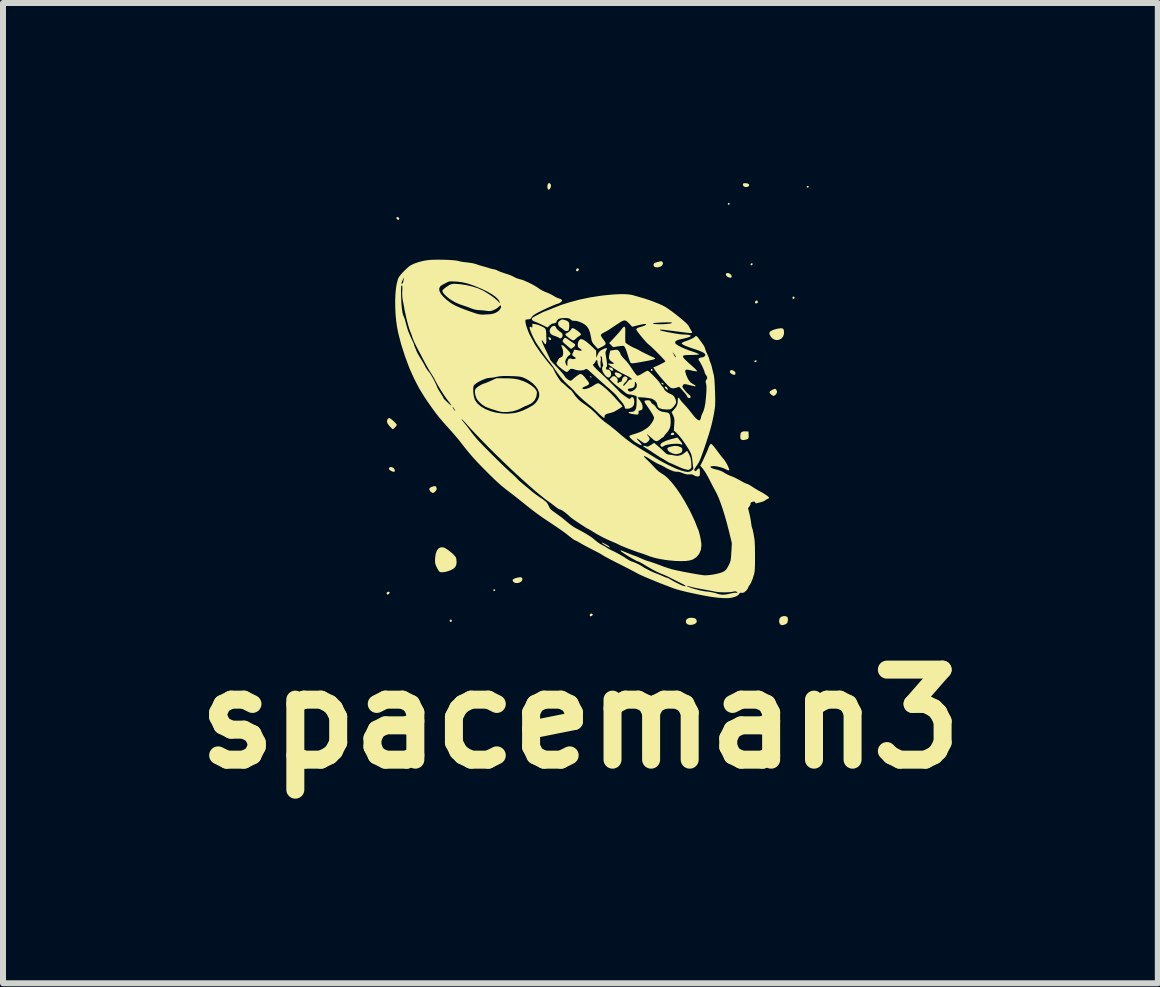
<source format=kicad_pcb>
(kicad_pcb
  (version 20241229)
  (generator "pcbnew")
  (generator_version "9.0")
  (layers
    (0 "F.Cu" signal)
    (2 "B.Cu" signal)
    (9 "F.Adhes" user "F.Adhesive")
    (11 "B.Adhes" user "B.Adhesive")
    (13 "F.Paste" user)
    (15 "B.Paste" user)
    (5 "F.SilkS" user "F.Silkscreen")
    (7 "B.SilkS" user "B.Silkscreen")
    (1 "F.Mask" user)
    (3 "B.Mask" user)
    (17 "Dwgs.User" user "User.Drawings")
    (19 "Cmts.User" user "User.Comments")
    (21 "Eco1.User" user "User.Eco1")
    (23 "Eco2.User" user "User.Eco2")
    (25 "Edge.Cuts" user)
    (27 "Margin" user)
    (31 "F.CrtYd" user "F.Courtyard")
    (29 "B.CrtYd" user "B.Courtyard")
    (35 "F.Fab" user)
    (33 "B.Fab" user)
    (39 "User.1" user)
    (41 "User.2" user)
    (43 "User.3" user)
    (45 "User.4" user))
  (footprint "spaceman3"
    (layer "F.Cu")
    (at 6.621 3.85)
    (property "Reference" "spaceman3" (at 0 5.08 0) (layer "F.SilkS") (effects (font (size 1.5 1.5) (thickness 0.3))))
    (attr board_only exclude_from_pos_files exclude_from_bom)
    (fp_poly (pts (xy 0.177 -0.629) (xy 0.185 -0.615) (xy 0.184 -0.607) (xy 0.174 -0.61) (xy 0.165 -0.619) (xy 0.158 -0.633) (xy 0.162 -0.636)) (stroke (width 0) (type solid)) (fill yes) (layer "F.SilkS"))
    (fp_poly (pts (xy 1.197 -0.747) (xy 1.205 -0.732) (xy 1.197 -0.722) (xy 1.185 -0.716) (xy 1.177 -0.728) (xy 1.175 -0.748) (xy 1.184 -0.755)) (stroke (width 0) (type solid)) (fill yes) (layer "F.SilkS"))
    (fp_poly (pts (xy 3.806 -3.793) (xy 3.803 -3.78) (xy 3.788 -3.773) (xy 3.773 -3.778) (xy 3.771 -3.788) (xy 3.779 -3.801) (xy 3.79 -3.802)) (stroke (width 0) (type solid)) (fill yes) (layer "F.SilkS"))
    (fp_poly (pts (xy -1.425 2.922) (xy -1.419 2.934) (xy -1.427 2.947) (xy -1.436 2.949) (xy -1.45 2.941) (xy -1.452 2.939) (xy -1.451 2.926) (xy -1.438 2.919)) (stroke (width 0) (type solid)) (fill yes) (layer "F.SilkS"))
    (fp_poly (pts (xy 2.487 -3.51) (xy 2.488 -3.503) (xy 2.48 -3.488) (xy 2.472 -3.486) (xy 2.457 -3.495) (xy 2.456 -3.503) (xy 2.464 -3.517) (xy 2.472 -3.519)) (stroke (width 0) (type solid)) (fill yes) (layer "F.SilkS"))
    (fp_poly (pts (xy 2.87 -2.504) (xy 2.867 -2.488) (xy 2.851 -2.478) (xy 2.835 -2.486) (xy 2.835 -2.487) (xy 2.837 -2.501) (xy 2.844 -2.51) (xy 2.861 -2.515)) (stroke (width 0) (type solid)) (fill yes) (layer "F.SilkS"))
    (fp_poly (pts (xy 2.937 -0.889) (xy 2.938 -0.883) (xy 2.929 -0.869) (xy 2.915 -0.866) (xy 2.898 -0.871) (xy 2.897 -0.88) (xy 2.909 -0.893) (xy 2.925 -0.897)) (stroke (width 0) (type solid)) (fill yes) (layer "F.SilkS"))
    (fp_poly (pts (xy -3.182 2.966) (xy -3.179 2.975) (xy -3.187 2.995) (xy -3.205 3.007) (xy -3.221 3.005) (xy -3.229 2.989) (xy -3.228 2.978) (xy -3.215 2.964) (xy -3.196 2.96)) (stroke (width 0) (type solid)) (fill yes) (layer "F.SilkS"))
    (fp_poly (pts (xy -3.028 -3.275) (xy -3.018 -3.258) (xy -3.02 -3.246) (xy -3.035 -3.235) (xy -3.053 -3.245) (xy -3.059 -3.251) (xy -3.067 -3.268) (xy -3.06 -3.281) (xy -3.044 -3.284)) (stroke (width 0) (type solid)) (fill yes) (layer "F.SilkS"))
    (fp_poly (pts (xy -2.15 3.426) (xy -2.147 3.428) (xy -2.141 3.445) (xy -2.149 3.461) (xy -2.16 3.464) (xy -2.174 3.456) (xy -2.177 3.452) (xy -2.178 3.435) (xy -2.166 3.424)) (stroke (width 0) (type solid)) (fill yes) (layer "F.SilkS"))
    (fp_poly (pts (xy -0.033 -2.427) (xy -0.026 -2.408) (xy -0.028 -2.397) (xy -0.043 -2.381) (xy -0.062 -2.382) (xy -0.072 -2.391) (xy -0.072 -2.407) (xy -0.06 -2.422) (xy -0.043 -2.43)) (stroke (width 0) (type solid)) (fill yes) (layer "F.SilkS"))
    (fp_poly (pts (xy 0.191 3.325) (xy 0.207 3.338) (xy 0.202 3.354) (xy 0.186 3.366) (xy 0.168 3.371) (xy 0.158 3.361) (xy 0.157 3.36) (xy 0.158 3.338) (xy 0.173 3.325)) (stroke (width 0) (type solid)) (fill yes) (layer "F.SilkS"))
    (fp_poly (pts (xy 1.376 -0.514) (xy 1.378 -0.512) (xy 1.391 -0.498) (xy 1.387 -0.494) (xy 1.379 -0.493) (xy 1.359 -0.5) (xy 1.353 -0.505) (xy 1.35 -0.52) (xy 1.36 -0.523)) (stroke (width 0) (type solid)) (fill yes) (layer "F.SilkS"))
    (fp_poly (pts (xy 1.436 -0.452) (xy 1.451 -0.432) (xy 1.458 -0.412) (xy 1.451 -0.405) (xy 1.436 -0.413) (xy 1.421 -0.426) (xy 1.405 -0.447) (xy 1.407 -0.458) (xy 1.419 -0.46)) (stroke (width 0) (type solid)) (fill yes) (layer "F.SilkS"))
    (fp_poly (pts (xy 2.95 -1.889) (xy 2.958 -1.869) (xy 2.956 -1.859) (xy 2.941 -1.844) (xy 2.921 -1.844) (xy 2.91 -1.854) (xy 2.91 -1.87) (xy 2.922 -1.886) (xy 2.939 -1.893)) (stroke (width 0) (type solid)) (fill yes) (layer "F.SilkS"))
    (fp_poly (pts (xy 3.561 -1.957) (xy 3.564 -1.954) (xy 3.57 -1.937) (xy 3.562 -1.922) (xy 3.552 -1.918) (xy 3.538 -1.926) (xy 3.535 -1.93) (xy 3.534 -1.947) (xy 3.545 -1.958)) (stroke (width 0) (type solid)) (fill yes) (layer "F.SilkS"))
    (fp_poly (pts (xy -0.501 -1.271) (xy -0.489 -1.255) (xy -0.488 -1.249) (xy -0.494 -1.234) (xy -0.509 -1.233) (xy -0.525 -1.247) (xy -0.526 -1.25) (xy -0.534 -1.27) (xy -0.532 -1.28) (xy -0.518 -1.281)) (stroke (width 0) (type solid)) (fill yes) (layer "F.SilkS"))
    (fp_poly (pts (xy 0.51 -0.774) (xy 0.535 -0.761) (xy 0.547 -0.742) (xy 0.541 -0.723) (xy 0.54 -0.722) (xy 0.524 -0.721) (xy 0.498 -0.738) (xy 0.477 -0.76) (xy 0.476 -0.774) (xy 0.493 -0.777)) (stroke (width 0) (type solid)) (fill yes) (layer "F.SilkS"))
    (fp_poly (pts (xy 1.558 0.314) (xy 1.558 0.314) (xy 1.565 0.332) (xy 1.563 0.339) (xy 1.549 0.348) (xy 1.529 0.351) (xy 1.511 0.348) (xy 1.504 0.339) (xy 1.504 0.338) (xy 1.518 0.318) (xy 1.539 0.309)) (stroke (width 0) (type solid)) (fill yes) (layer "F.SilkS"))
    (fp_poly (pts (xy -3.14 0.885) (xy -3.116 0.897) (xy -3.099 0.918) (xy -3.093 0.935) (xy -3.094 0.955) (xy -3.104 0.963) (xy -3.128 0.958) (xy -3.154 0.947) (xy -3.181 0.93) (xy -3.19 0.911) (xy -3.183 0.89) (xy -3.164 0.882)) (stroke (width 0) (type solid)) (fill yes) (layer "F.SilkS"))
    (fp_poly (pts (xy -0.504 -3.841) (xy -0.493 -3.826) (xy -0.489 -3.799) (xy -0.497 -3.77) (xy -0.514 -3.747) (xy -0.528 -3.74) (xy -0.54 -3.744) (xy -0.547 -3.762) (xy -0.55 -3.782) (xy -0.548 -3.818) (xy -0.538 -3.841) (xy -0.522 -3.85)) (stroke (width 0) (type solid)) (fill yes) (layer "F.SilkS"))
    (fp_poly (pts (xy 2.494 -2.337) (xy 2.515 -2.315) (xy 2.521 -2.296) (xy 2.515 -2.276) (xy 2.496 -2.271) (xy 2.463 -2.282) (xy 2.453 -2.287) (xy 2.431 -2.306) (xy 2.423 -2.328) (xy 2.432 -2.346) (xy 2.44 -2.35) (xy 2.466 -2.35)) (stroke (width 0) (type solid)) (fill yes) (layer "F.SilkS"))
    (fp_poly (pts (xy 2.541 -0.729) (xy 2.566 -0.714) (xy 2.583 -0.692) (xy 2.585 -0.677) (xy 2.578 -0.658) (xy 2.563 -0.653) (xy 2.535 -0.662) (xy 2.524 -0.667) (xy 2.499 -0.685) (xy 2.49 -0.706) (xy 2.496 -0.724) (xy 2.514 -0.733)) (stroke (width 0) (type solid)) (fill yes) (layer "F.SilkS"))
    (fp_poly (pts (xy 2.786 -3.843) (xy 2.808 -3.83) (xy 2.813 -3.812) (xy 2.806 -3.798) (xy 2.784 -3.785) (xy 2.753 -3.783) (xy 2.726 -3.791) (xy 2.721 -3.795) (xy 2.709 -3.817) (xy 2.708 -3.828) (xy 2.712 -3.841) (xy 2.73 -3.847) (xy 2.75 -3.848)) (stroke (width 0) (type solid)) (fill yes) (layer "F.SilkS"))
    (fp_poly (pts (xy -0.972 2.728) (xy -0.966 2.752) (xy -0.969 2.767) (xy -0.985 2.791) (xy -1.015 2.808) (xy -1.051 2.816) (xy -1.086 2.814) (xy -1.112 2.8) (xy -1.128 2.778) (xy -1.128 2.761) (xy -1.109 2.745) (xy -1.071 2.731) (xy -1.033 2.722) (xy -0.994 2.718)) (stroke (width 0) (type solid)) (fill yes) (layer "F.SilkS"))
    (fp_poly (pts (xy 0.367 2.143) (xy 0.391 2.153) (xy 0.421 2.169) (xy 0.451 2.186) (xy 0.474 2.202) (xy 0.484 2.211) (xy 0.491 2.223) (xy 0.48 2.222) (xy 0.453 2.209) (xy 0.413 2.185) (xy 0.382 2.165) (xy 0.361 2.149) (xy 0.355 2.141) (xy 0.355 2.141)) (stroke (width 0) (type solid)) (fill yes) (layer "F.SilkS"))
    (fp_poly (pts (xy 0.605 -0.694) (xy 0.632 -0.685) (xy 0.661 -0.673) (xy 0.683 -0.659) (xy 0.691 -0.648) (xy 0.682 -0.632) (xy 0.663 -0.615) (xy 0.642 -0.604) (xy 0.635 -0.604) (xy 0.618 -0.612) (xy 0.598 -0.632) (xy 0.595 -0.635) (xy 0.575 -0.664) (xy 0.572 -0.682) (xy 0.584 -0.694) (xy 0.587 -0.695)) (stroke (width 0) (type solid)) (fill yes) (layer "F.SilkS"))
    (fp_poly (pts (xy 1.901 3.4) (xy 1.929 3.418) (xy 1.94 3.449) (xy 1.94 3.455) (xy 1.93 3.479) (xy 1.904 3.498) (xy 1.868 3.51) (xy 1.826 3.513) (xy 1.804 3.51) (xy 1.773 3.494) (xy 1.757 3.468) (xy 1.76 3.439) (xy 1.774 3.417) (xy 1.796 3.402) (xy 1.824 3.395) (xy 1.854 3.394)) (stroke (width 0) (type solid)) (fill yes) (layer "F.SilkS"))
    (fp_poly (pts (xy 3.258 -0.413) (xy 3.261 -0.41) (xy 3.277 -0.381) (xy 3.273 -0.35) (xy 3.251 -0.32) (xy 3.226 -0.303) (xy 3.211 -0.305) (xy 3.187 -0.319) (xy 3.178 -0.327) (xy 3.156 -0.35) (xy 3.152 -0.368) (xy 3.166 -0.385) (xy 3.199 -0.405) (xy 3.201 -0.406) (xy 3.229 -0.418) (xy 3.245 -0.421)) (stroke (width 0) (type solid)) (fill yes) (layer "F.SilkS"))
    (fp_poly (pts (xy 1.36 -2.544) (xy 1.37 -2.533) (xy 1.371 -2.531) (xy 1.376 -2.503) (xy 1.362 -2.477) (xy 1.334 -2.457) (xy 1.294 -2.446) (xy 1.273 -2.445) (xy 1.246 -2.449) (xy 1.23 -2.458) (xy 1.218 -2.482) (xy 1.223 -2.506) (xy 1.241 -2.52) (xy 1.268 -2.529) (xy 1.303 -2.538) (xy 1.313 -2.541) (xy 1.343 -2.546)) (stroke (width 0) (type solid)) (fill yes) (layer "F.SilkS"))
    (fp_poly (pts (xy 2.801 0.291) (xy 2.804 0.347) (xy 2.805 0.383) (xy 2.8 0.404) (xy 2.788 0.414) (xy 2.788 0.415) (xy 2.751 0.428) (xy 2.714 0.433) (xy 2.685 0.428) (xy 2.683 0.427) (xy 2.669 0.41) (xy 2.664 0.377) (xy 2.664 0.367) (xy 2.669 0.324) (xy 2.686 0.299) (xy 2.718 0.288) (xy 2.75 0.287)) (stroke (width 0) (type solid)) (fill yes) (layer "F.SilkS"))
    (fp_poly (pts (xy -2.403 1.21) (xy -2.401 1.217) (xy -2.397 1.234) (xy -2.394 1.243) (xy -2.397 1.261) (xy -2.413 1.284) (xy -2.434 1.304) (xy -2.455 1.315) (xy -2.459 1.315) (xy -2.476 1.308) (xy -2.497 1.29) (xy -2.498 1.29) (xy -2.517 1.263) (xy -2.517 1.241) (xy -2.496 1.222) (xy -2.48 1.214) (xy -2.447 1.203) (xy -2.42 1.201)) (stroke (width 0) (type solid)) (fill yes) (layer "F.SilkS"))
    (fp_poly (pts (xy 3.434 3.371) (xy 3.454 3.39) (xy 3.459 3.423) (xy 3.457 3.447) (xy 3.448 3.478) (xy 3.429 3.496) (xy 3.414 3.504) (xy 3.376 3.516) (xy 3.351 3.517) (xy 3.33 3.504) (xy 3.328 3.502) (xy 3.316 3.479) (xy 3.311 3.448) (xy 3.311 3.447) (xy 3.319 3.406) (xy 3.345 3.378) (xy 3.385 3.366) (xy 3.398 3.365)) (stroke (width 0) (type solid)) (fill yes) (layer "F.SilkS"))
    (fp_poly (pts (xy 3.365 -1.429) (xy 3.381 -1.418) (xy 3.39 -1.397) (xy 3.392 -1.39) (xy 3.393 -1.338) (xy 3.378 -1.293) (xy 3.349 -1.258) (xy 3.31 -1.238) (xy 3.265 -1.233) (xy 3.226 -1.244) (xy 3.195 -1.265) (xy 3.169 -1.296) (xy 3.152 -1.33) (xy 3.149 -1.354) (xy 3.162 -1.375) (xy 3.195 -1.395) (xy 3.244 -1.413) (xy 3.292 -1.424) (xy 3.337 -1.43)) (stroke (width 0) (type solid)) (fill yes) (layer "F.SilkS"))
    (fp_poly (pts (xy -3.168 0.073) (xy -3.144 0.091) (xy -3.115 0.116) (xy -3.088 0.142) (xy -3.067 0.165) (xy -3.059 0.179) (xy -3.059 0.18) (xy -3.066 0.194) (xy -3.083 0.216) (xy -3.104 0.237) (xy -3.121 0.25) (xy -3.126 0.252) (xy -3.136 0.245) (xy -3.156 0.225) (xy -3.178 0.203) (xy -3.21 0.162) (xy -3.223 0.129) (xy -3.223 0.123) (xy -3.216 0.09) (xy -3.199 0.07) (xy -3.184 0.066)) (stroke (width 0) (type solid)) (fill yes) (layer "F.SilkS"))
    (fp_poly (pts (xy -0.265 -1.57) (xy -0.223 -1.554) (xy -0.198 -1.537) (xy -0.187 -1.511) (xy -0.185 -1.472) (xy -0.185 -1.462) (xy -0.189 -1.426) (xy -0.195 -1.4) (xy -0.201 -1.39) (xy -0.232 -1.382) (xy -0.266 -1.393) (xy -0.286 -1.41) (xy -0.311 -1.432) (xy -0.336 -1.447) (xy -0.337 -1.448) (xy -0.358 -1.466) (xy -0.371 -1.496) (xy -0.37 -1.526) (xy -0.369 -1.529) (xy -0.356 -1.546) (xy -0.334 -1.563) (xy -0.311 -1.575) (xy -0.286 -1.575)) (stroke (width 0) (type solid)) (fill yes) (layer "F.SilkS"))
    (fp_poly (pts (xy 1.625 0.535) (xy 1.643 0.54) (xy 1.679 0.555) (xy 1.696 0.575) (xy 1.698 0.604) (xy 1.695 0.62) (xy 1.681 0.642) (xy 1.649 0.657) (xy 1.647 0.657) (xy 1.61 0.666) (xy 1.581 0.667) (xy 1.549 0.659) (xy 1.531 0.653) (xy 1.486 0.631) (xy 1.458 0.606) (xy 1.449 0.579) (xy 1.449 0.576) (xy 1.455 0.563) (xy 1.473 0.552) (xy 1.505 0.543) (xy 1.522 0.539) (xy 1.564 0.531) (xy 1.595 0.53)) (stroke (width 0) (type solid)) (fill yes) (layer "F.SilkS"))
    (fp_poly (pts (xy 1.657 0.438) (xy 1.683 0.47) (xy 1.697 0.494) (xy 1.699 0.508) (xy 1.687 0.509) (xy 1.678 0.505) (xy 1.65 0.497) (xy 1.607 0.494) (xy 1.556 0.496) (xy 1.503 0.501) (xy 1.453 0.509) (xy 1.414 0.52) (xy 1.393 0.531) (xy 1.368 0.546) (xy 1.348 0.542) (xy 1.337 0.531) (xy 1.332 0.511) (xy 1.347 0.489) (xy 1.381 0.466) (xy 1.432 0.443) (xy 1.499 0.421) (xy 1.54 0.41) (xy 1.616 0.391)) (stroke (width 0) (type solid)) (fill yes) (layer "F.SilkS"))
    (fp_poly (pts (xy -0.426 -1.468) (xy -0.41 -1.454) (xy -0.406 -1.443) (xy -0.397 -1.426) (xy -0.377 -1.403) (xy -0.349 -1.379) (xy -0.321 -1.36) (xy -0.321 -1.36) (xy -0.302 -1.341) (xy -0.296 -1.314) (xy -0.301 -1.287) (xy -0.317 -1.267) (xy -0.336 -1.261) (xy -0.354 -1.268) (xy -0.356 -1.272) (xy -0.37 -1.28) (xy -0.398 -1.292) (xy -0.423 -1.3) (xy -0.473 -1.32) (xy -0.502 -1.347) (xy -0.512 -1.381) (xy -0.51 -1.403) (xy -0.496 -1.435) (xy -0.473 -1.459) (xy -0.447 -1.471)) (stroke (width 0) (type solid)) (fill yes) (layer "F.SilkS"))
    (fp_poly (pts (xy -0.237 -1.265) (xy -0.211 -1.249) (xy -0.199 -1.241) (xy -0.165 -1.216) (xy -0.131 -1.193) (xy -0.124 -1.189) (xy -0.094 -1.168) (xy -0.085 -1.15) (xy -0.096 -1.13) (xy -0.115 -1.113) (xy -0.139 -1.096) (xy -0.153 -1.086) (xy -0.155 -1.085) (xy -0.165 -1.092) (xy -0.187 -1.11) (xy -0.216 -1.135) (xy -0.225 -1.142) (xy -0.256 -1.169) (xy -0.281 -1.192) (xy -0.294 -1.207) (xy -0.295 -1.208) (xy -0.293 -1.228) (xy -0.281 -1.251) (xy -0.264 -1.268) (xy -0.255 -1.272)) (stroke (width 0) (type solid)) (fill yes) (layer "F.SilkS"))
    (fp_poly (pts (xy -0.118 -1.43) (xy -0.094 -1.418) (xy -0.064 -1.399) (xy -0.033 -1.376) (xy -0.007 -1.353) (xy 0.009 -1.335) (xy 0.011 -1.33) (xy 0.002 -1.316) (xy -0.019 -1.3) (xy -0.019 -1.3) (xy -0.049 -1.281) (xy -0.076 -1.256) (xy -0.098 -1.237) (xy -0.118 -1.228) (xy -0.12 -1.228) (xy -0.137 -1.234) (xy -0.165 -1.251) (xy -0.195 -1.272) (xy -0.224 -1.296) (xy -0.245 -1.316) (xy -0.252 -1.327) (xy -0.243 -1.338) (xy -0.221 -1.353) (xy -0.21 -1.358) (xy -0.181 -1.379) (xy -0.159 -1.403) (xy -0.156 -1.409) (xy -0.142 -1.429) (xy -0.125 -1.432)) (stroke (width 0) (type solid)) (fill yes) (layer "F.SilkS"))
    (fp_poly (pts (xy -2.285 2.221) (xy -2.256 2.232) (xy -2.219 2.255) (xy -2.178 2.285) (xy -2.137 2.319) (xy -2.103 2.352) (xy -2.079 2.381) (xy -2.07 2.398) (xy -2.062 2.465) (xy -2.069 2.518) (xy -2.089 2.553) (xy -2.118 2.578) (xy -2.159 2.6) (xy -2.206 2.618) (xy -2.255 2.631) (xy -2.299 2.636) (xy -2.333 2.634) (xy -2.35 2.625) (xy -2.363 2.607) (xy -2.382 2.576) (xy -2.396 2.549) (xy -2.411 2.514) (xy -2.42 2.485) (xy -2.422 2.453) (xy -2.421 2.408) (xy -2.421 2.402) (xy -2.411 2.329) (xy -2.391 2.274) (xy -2.362 2.237) (xy -2.324 2.22)) (stroke (width 0) (type solid)) (fill yes) (layer "F.SilkS"))
    (fp_poly (pts (xy -1.25 -0.596) (xy -1.179 -0.595) (xy -1.123 -0.591) (xy -1.076 -0.585) (xy -1.031 -0.575) (xy -1.014 -0.57) (xy -0.943 -0.546) (xy -0.878 -0.515) (xy -0.82 -0.479) (xy -0.773 -0.441) (xy -0.74 -0.403) (xy -0.724 -0.367) (xy -0.724 -0.358) (xy -0.734 -0.289) (xy -0.763 -0.23) (xy -0.81 -0.183) (xy -0.872 -0.15) (xy -0.882 -0.146) (xy -0.923 -0.131) (xy -0.962 -0.112) (xy -0.976 -0.104) (xy -1.044 -0.071) (xy -1.125 -0.047) (xy -1.209 -0.035) (xy -1.29 -0.034) (xy -1.332 -0.04) (xy -1.368 -0.049) (xy -1.416 -0.064) (xy -1.468 -0.08) (xy -1.518 -0.097) (xy -1.559 -0.113) (xy -1.582 -0.123) (xy -1.631 -0.153) (xy -1.677 -0.193) (xy -1.715 -0.236) (xy -1.731 -0.262) (xy -1.748 -0.308) (xy -1.757 -0.355) (xy -1.756 -0.396) (xy -1.75 -0.414) (xy -1.731 -0.436) (xy -1.7 -0.461) (xy -1.662 -0.484) (xy -1.627 -0.502) (xy -1.611 -0.507) (xy -1.589 -0.514) (xy -1.554 -0.528) (xy -1.511 -0.546) (xy -1.491 -0.555) (xy -1.398 -0.597)) (stroke (width 0) (type solid)) (fill yes) (layer "F.SilkS"))
    (fp_poly (pts (xy 0.741 -1.451) (xy 0.746 -1.439) (xy 0.748 -1.416) (xy 0.748 -1.378) (xy 0.748 -1.326) (xy 0.747 -1.275) (xy 0.748 -1.232) (xy 0.75 -1.202) (xy 0.753 -1.189) (xy 0.769 -1.176) (xy 0.797 -1.157) (xy 0.832 -1.136) (xy 0.866 -1.117) (xy 0.893 -1.104) (xy 0.9 -1.101) (xy 0.923 -1.092) (xy 0.956 -1.075) (xy 0.975 -1.065) (xy 1.025 -1.037) (xy 1.085 -1.007) (xy 1.145 -0.978) (xy 1.197 -0.954) (xy 1.211 -0.949) (xy 1.237 -0.935) (xy 1.245 -0.925) (xy 1.242 -0.919) (xy 1.227 -0.913) (xy 1.195 -0.904) (xy 1.15 -0.894) (xy 1.097 -0.883) (xy 1.083 -0.881) (xy 1.007 -0.867) (xy 0.949 -0.857) (xy 0.907 -0.85) (xy 0.878 -0.847) (xy 0.858 -0.847) (xy 0.846 -0.849) (xy 0.839 -0.854) (xy 0.835 -0.858) (xy 0.826 -0.876) (xy 0.814 -0.908) (xy 0.8 -0.951) (xy 0.794 -0.971) (xy 0.772 -1.041) (xy 0.753 -1.09) (xy 0.736 -1.122) (xy 0.722 -1.135) (xy 0.706 -1.137) (xy 0.675 -1.135) (xy 0.635 -1.13) (xy 0.628 -1.129) (xy 0.546 -1.115) (xy 0.513 -1.149) (xy 0.479 -1.182) (xy 0.57 -1.279) (xy 0.608 -1.321) (xy 0.644 -1.362) (xy 0.673 -1.396) (xy 0.688 -1.417) (xy 0.71 -1.443) (xy 0.728 -1.455) (xy 0.733 -1.456)) (stroke (width 0) (type solid)) (fill yes) (layer "F.SilkS"))
    (fp_poly (pts (xy 1.277 0.52) (xy 1.312 0.55) (xy 1.352 0.586) (xy 1.385 0.618) (xy 1.419 0.65) (xy 1.445 0.668) (xy 1.468 0.675) (xy 1.481 0.676) (xy 1.517 0.68) (xy 1.556 0.688) (xy 1.563 0.69) (xy 1.621 0.696) (xy 1.68 0.682) (xy 1.734 0.649) (xy 1.736 0.646) (xy 1.76 0.627) (xy 1.776 0.615) (xy 1.779 0.614) (xy 1.786 0.623) (xy 1.799 0.646) (xy 1.814 0.676) (xy 1.827 0.707) (xy 1.835 0.727) (xy 1.839 0.747) (xy 1.844 0.782) (xy 1.848 0.821) (xy 1.85 0.862) (xy 1.85 0.886) (xy 1.844 0.901) (xy 1.832 0.912) (xy 1.829 0.914) (xy 1.809 0.927) (xy 1.798 0.931) (xy 1.785 0.928) (xy 1.759 0.922) (xy 1.754 0.921) (xy 1.727 0.914) (xy 1.695 0.903) (xy 1.654 0.886) (xy 1.601 0.862) (xy 1.559 0.843) (xy 1.524 0.827) (xy 1.498 0.816) (xy 1.485 0.811) (xy 1.485 0.811) (xy 1.473 0.806) (xy 1.449 0.791) (xy 1.419 0.773) (xy 1.387 0.753) (xy 1.364 0.739) (xy 1.354 0.734) (xy 1.343 0.729) (xy 1.318 0.713) (xy 1.282 0.69) (xy 1.238 0.661) (xy 1.229 0.655) (xy 1.181 0.623) (xy 1.135 0.593) (xy 1.098 0.57) (xy 1.074 0.555) (xy 1.073 0.554) (xy 1.051 0.54) (xy 1.048 0.532) (xy 1.055 0.529) (xy 1.079 0.531) (xy 1.096 0.537) (xy 1.113 0.542) (xy 1.132 0.539) (xy 1.159 0.524) (xy 1.174 0.515) (xy 1.228 0.48)) (stroke (width 0) (type solid)) (fill yes) (layer "F.SilkS"))
    (fp_poly (pts (xy 1.149 -0.228) (xy 1.165 -0.218) (xy 1.173 -0.203) (xy 1.19 -0.179) (xy 1.216 -0.16) (xy 1.24 -0.142) (xy 1.255 -0.122) (xy 1.255 -0.121) (xy 1.273 -0.093) (xy 1.305 -0.065) (xy 1.342 -0.045) (xy 1.365 -0.039) (xy 1.405 -0.033) (xy 1.441 -0.027) (xy 1.468 -0.019) (xy 1.483 -0.003) (xy 1.492 0.02) (xy 1.499 0.052) (xy 1.504 0.096) (xy 1.505 0.139) (xy 1.5 0.197) (xy 1.485 0.245) (xy 1.457 0.291) (xy 1.421 0.332) (xy 1.402 0.355) (xy 1.393 0.371) (xy 1.392 0.373) (xy 1.384 0.383) (xy 1.382 0.384) (xy 1.369 0.39) (xy 1.345 0.407) (xy 1.328 0.421) (xy 1.299 0.442) (xy 1.275 0.451) (xy 1.251 0.448) (xy 1.222 0.43) (xy 1.184 0.398) (xy 1.172 0.386) (xy 1.137 0.356) (xy 1.116 0.339) (xy 1.108 0.337) (xy 1.115 0.349) (xy 1.135 0.375) (xy 1.152 0.402) (xy 1.152 0.427) (xy 1.133 0.452) (xy 1.112 0.47) (xy 1.091 0.483) (xy 1.071 0.485) (xy 1.047 0.476) (xy 1.013 0.453) (xy 0.999 0.442) (xy 0.963 0.417) (xy 0.944 0.407) (xy 0.94 0.412) (xy 0.953 0.43) (xy 0.98 0.459) (xy 1.005 0.487) (xy 1.02 0.508) (xy 1.022 0.519) (xy 1.022 0.519) (xy 1.008 0.517) (xy 0.981 0.506) (xy 0.948 0.487) (xy 0.947 0.487) (xy 0.902 0.458) (xy 0.864 0.428) (xy 0.834 0.4) (xy 0.818 0.378) (xy 0.817 0.364) (xy 0.817 0.363) (xy 0.832 0.355) (xy 0.862 0.344) (xy 0.902 0.331) (xy 0.91 0.329) (xy 0.976 0.307) (xy 1.031 0.283) (xy 1.083 0.251) (xy 1.118 0.227) (xy 1.152 0.196) (xy 1.183 0.157) (xy 1.209 0.115) (xy 1.225 0.078) (xy 1.228 0.06) (xy 1.221 0.04) (xy 1.203 0.005) (xy 1.174 -0.043) (xy 1.135 -0.101) (xy 1.09 -0.167) (xy 1.074 -0.193) (xy 1.068 -0.214) (xy 1.068 -0.219) (xy 1.083 -0.226) (xy 1.111 -0.23) (xy 1.119 -0.23)) (stroke (width 0) (type solid)) (fill yes) (layer "F.SilkS"))
    (fp_poly (pts (xy -0.751 -1.498) (xy -0.713 -1.489) (xy -0.668 -1.472) (xy -0.638 -1.458) (xy -0.613 -1.445) (xy -0.595 -1.433) (xy -0.583 -1.42) (xy -0.575 -1.4) (xy -0.571 -1.371) (xy -0.569 -1.328) (xy -0.567 -1.267) (xy -0.567 -1.256) (xy -0.567 -1.204) (xy -0.573 -1.174) (xy -0.583 -1.164) (xy -0.598 -1.175) (xy -0.616 -1.202) (xy -0.633 -1.226) (xy -0.643 -1.231) (xy -0.644 -1.227) (xy -0.641 -1.211) (xy -0.629 -1.18) (xy -0.61 -1.137) (xy -0.587 -1.087) (xy -0.576 -1.065) (xy -0.551 -1.013) (xy -0.529 -0.968) (xy -0.513 -0.933) (xy -0.505 -0.913) (xy -0.504 -0.909) (xy -0.497 -0.897) (xy -0.477 -0.873) (xy -0.447 -0.84) (xy -0.409 -0.801) (xy -0.394 -0.785) (xy -0.353 -0.741) (xy -0.316 -0.7) (xy -0.286 -0.665) (xy -0.268 -0.64) (xy -0.265 -0.635) (xy -0.243 -0.605) (xy -0.21 -0.578) (xy -0.204 -0.574) (xy -0.176 -0.559) (xy -0.16 -0.556) (xy -0.147 -0.562) (xy -0.138 -0.57) (xy -0.092 -0.61) (xy -0.052 -0.641) (xy -0.02 -0.662) (xy -0.001 -0.669) (xy 0.017 -0.665) (xy 0.037 -0.652) (xy 0.062 -0.628) (xy 0.094 -0.588) (xy 0.103 -0.576) (xy 0.129 -0.543) (xy 0.142 -0.522) (xy 0.145 -0.508) (xy 0.14 -0.497) (xy 0.135 -0.491) (xy 0.113 -0.475) (xy 0.081 -0.462) (xy 0.075 -0.46) (xy 0.045 -0.447) (xy 0.033 -0.432) (xy 0.033 -0.431) (xy 0.042 -0.418) (xy 0.066 -0.416) (xy 0.1 -0.421) (xy 0.141 -0.435) (xy 0.184 -0.455) (xy 0.21 -0.471) (xy 0.245 -0.493) (xy 0.276 -0.509) (xy 0.295 -0.515) (xy 0.295 -0.515) (xy 0.314 -0.508) (xy 0.345 -0.487) (xy 0.385 -0.456) (xy 0.43 -0.418) (xy 0.477 -0.374) (xy 0.523 -0.329) (xy 0.565 -0.284) (xy 0.568 -0.281) (xy 0.603 -0.241) (xy 0.637 -0.204) (xy 0.663 -0.175) (xy 0.675 -0.162) (xy 0.692 -0.142) (xy 0.701 -0.13) (xy 0.702 -0.129) (xy 0.693 -0.121) (xy 0.671 -0.105) (xy 0.64 -0.085) (xy 0.607 -0.065) (xy 0.576 -0.047) (xy 0.564 -0.041) (xy 0.53 -0.027) (xy 0.491 -0.017) (xy 0.487 -0.016) (xy 0.439 -0.003) (xy 0.41 0.015) (xy 0.401 0.038) (xy 0.402 0.043) (xy 0.404 0.061) (xy 0.395 0.064) (xy 0.375 0.052) (xy 0.342 0.024) (xy 0.296 -0.019) (xy 0.293 -0.023) (xy 0.25 -0.064) (xy 0.207 -0.104) (xy 0.168 -0.137) (xy 0.148 -0.153) (xy 0.109 -0.184) (xy 0.065 -0.221) (xy 0.019 -0.262) (xy -0.024 -0.302) (xy -0.059 -0.337) (xy -0.084 -0.363) (xy -0.09 -0.371) (xy -0.106 -0.39) (xy -0.134 -0.419) (xy -0.169 -0.453) (xy -0.197 -0.478) (xy -0.264 -0.542) (xy -0.325 -0.611) (xy -0.386 -0.691) (xy -0.431 -0.756) (xy -0.457 -0.795) (xy -0.491 -0.841) (xy -0.526 -0.886) (xy -0.532 -0.893) (xy -0.568 -0.941) (xy -0.607 -0.995) (xy -0.64 -1.043) (xy -0.643 -1.047) (xy -0.671 -1.09) (xy -0.7 -1.132) (xy -0.722 -1.166) (xy -0.725 -1.169) (xy -0.747 -1.205) (xy -0.77 -1.249) (xy -0.794 -1.297) (xy -0.815 -1.345) (xy -0.832 -1.388) (xy -0.843 -1.423) (xy -0.847 -1.445) (xy -0.846 -1.45) (xy -0.83 -1.455) (xy -0.817 -1.447) (xy -0.806 -1.441) (xy -0.801 -1.449) (xy -0.8 -1.469) (xy -0.8 -1.505)) (stroke (width 0) (type solid)) (fill yes) (layer "F.SilkS"))
    (fp_poly (pts (xy 0.615 -1.071) (xy 0.63 -1.062) (xy 0.644 -1.048) (xy 0.661 -1.023) (xy 0.669 -1.001) (xy 0.669 -1) (xy 0.676 -0.984) (xy 0.695 -0.958) (xy 0.723 -0.927) (xy 0.729 -0.921) (xy 0.763 -0.885) (xy 0.795 -0.847) (xy 0.819 -0.816) (xy 0.819 -0.815) (xy 0.842 -0.781) (xy 0.87 -0.739) (xy 0.891 -0.708) (xy 0.915 -0.675) (xy 0.935 -0.651) (xy 0.949 -0.64) (xy 0.965 -0.642) (xy 0.994 -0.655) (xy 1.029 -0.674) (xy 1.035 -0.679) (xy 1.071 -0.7) (xy 1.101 -0.716) (xy 1.12 -0.723) (xy 1.121 -0.724) (xy 1.135 -0.716) (xy 1.16 -0.695) (xy 1.191 -0.665) (xy 1.227 -0.63) (xy 1.262 -0.593) (xy 1.293 -0.558) (xy 1.317 -0.528) (xy 1.329 -0.51) (xy 1.349 -0.479) (xy 1.369 -0.456) (xy 1.386 -0.437) (xy 1.392 -0.422) (xy 1.401 -0.404) (xy 1.424 -0.381) (xy 1.454 -0.359) (xy 1.487 -0.341) (xy 1.491 -0.34) (xy 1.534 -0.319) (xy 1.562 -0.292) (xy 1.583 -0.251) (xy 1.585 -0.247) (xy 1.595 -0.212) (xy 1.593 -0.184) (xy 1.578 -0.155) (xy 1.548 -0.119) (xy 1.542 -0.112) (xy 1.523 -0.094) (xy 1.505 -0.083) (xy 1.481 -0.078) (xy 1.445 -0.077) (xy 1.431 -0.077) (xy 1.368 -0.082) (xy 1.321 -0.096) (xy 1.292 -0.119) (xy 1.283 -0.149) (xy 1.272 -0.189) (xy 1.244 -0.224) (xy 1.202 -0.251) (xy 1.193 -0.255) (xy 1.168 -0.261) (xy 1.132 -0.267) (xy 1.088 -0.273) (xy 1.044 -0.277) (xy 1.004 -0.28) (xy 0.972 -0.28) (xy 0.955 -0.278) (xy 0.954 -0.277) (xy 0.96 -0.266) (xy 0.977 -0.245) (xy 0.991 -0.229) (xy 1.023 -0.179) (xy 1.034 -0.141) (xy 1.037 -0.102) (xy 1.031 -0.079) (xy 1.014 -0.066) (xy 0.996 -0.062) (xy 0.974 -0.054) (xy 0.968 -0.042) (xy 0.971 -0.032) (xy 0.97 -0.01) (xy 0.957 0.007) (xy 0.943 0.009) (xy 0.93 0.007) (xy 0.902 0.004) (xy 0.88 0.001) (xy 0.845 -0.005) (xy 0.818 -0.014) (xy 0.809 -0.019) (xy 0.802 -0.028) (xy 0.806 -0.033) (xy 0.824 -0.036) (xy 0.854 -0.037) (xy 0.888 -0.044) (xy 0.912 -0.064) (xy 0.928 -0.098) (xy 0.936 -0.15) (xy 0.937 -0.2) (xy 0.937 -0.299) (xy 0.888 -0.314) (xy 0.851 -0.323) (xy 0.817 -0.328) (xy 0.808 -0.329) (xy 0.776 -0.338) (xy 0.737 -0.366) (xy 0.731 -0.371) (xy 0.695 -0.402) (xy 0.687 -0.408) (xy 0.789 -0.408) (xy 0.801 -0.387) (xy 0.802 -0.386) (xy 0.826 -0.374) (xy 0.858 -0.38) (xy 0.869 -0.385) (xy 0.914 -0.416) (xy 0.938 -0.451) (xy 0.941 -0.489) (xy 0.931 -0.516) (xy 0.918 -0.535) (xy 0.909 -0.533) (xy 0.907 -0.511) (xy 0.908 -0.5) (xy 0.903 -0.465) (xy 0.88 -0.44) (xy 0.841 -0.428) (xy 0.825 -0.428) (xy 0.798 -0.422) (xy 0.789 -0.408) (xy 0.687 -0.408) (xy 0.652 -0.435) (xy 0.63 -0.452) (xy 0.591 -0.483) (xy 0.551 -0.518) (xy 0.532 -0.536) (xy 0.489 -0.581) (xy 0.515 -0.608) (xy 0.541 -0.63) (xy 0.564 -0.633) (xy 0.59 -0.618) (xy 0.598 -0.611) (xy 0.618 -0.589) (xy 0.622 -0.565) (xy 0.62 -0.551) (xy 0.619 -0.526) (xy 0.626 -0.515) (xy 0.638 -0.521) (xy 0.641 -0.526) (xy 0.657 -0.535) (xy 0.669 -0.537) (xy 0.687 -0.545) (xy 0.691 -0.562) (xy 0.698 -0.589) (xy 0.713 -0.612) (xy 0.732 -0.627) (xy 0.751 -0.627) (xy 0.762 -0.623) (xy 0.784 -0.605) (xy 0.786 -0.582) (xy 0.768 -0.551) (xy 0.751 -0.532) (xy 0.724 -0.502) (xy 0.713 -0.482) (xy 0.718 -0.472) (xy 0.722 -0.471) (xy 0.733 -0.479) (xy 0.752 -0.5) (xy 0.774 -0.526) (xy 0.801 -0.558) (xy 0.821 -0.574) (xy 0.839 -0.577) (xy 0.842 -0.577) (xy 0.858 -0.577) (xy 0.858 -0.585) (xy 0.841 -0.6) (xy 0.811 -0.62) (xy 0.769 -0.643) (xy 0.724 -0.665) (xy 0.684 -0.685) (xy 0.639 -0.711) (xy 0.592 -0.74) (xy 0.547 -0.77) (xy 0.508 -0.797) (xy 0.478 -0.82) (xy 0.462 -0.836) (xy 0.46 -0.84) (xy 0.47 -0.842) (xy 0.495 -0.84) (xy 0.51 -0.838) (xy 0.544 -0.836) (xy 0.558 -0.841) (xy 0.551 -0.854) (xy 0.524 -0.874) (xy 0.521 -0.875) (xy 0.492 -0.898) (xy 0.478 -0.927) (xy 0.477 -0.966) (xy 0.485 -1.003) (xy 0.499 -1.058) (xy 0.559 -1.067) (xy 0.594 -1.072)) (stroke (width 0) (type solid)) (fill yes) (layer "F.SilkS"))
    (fp_poly (pts (xy 0.045 -1.241) (xy 0.09 -1.214) (xy 0.145 -1.169) (xy 0.178 -1.139) (xy 0.263 -1.058) (xy 0.264 -0.998) (xy 0.264 -0.937) (xy 0.29 -0.994) (xy 0.309 -1.031) (xy 0.331 -1.055) (xy 0.364 -1.074) (xy 0.373 -1.079) (xy 0.413 -1.096) (xy 0.436 -1.1) (xy 0.443 -1.09) (xy 0.434 -1.067) (xy 0.431 -1.064) (xy 0.422 -1.044) (xy 0.418 -1.022) (xy 0.421 -0.992) (xy 0.426 -0.963) (xy 0.437 -0.898) (xy 0.443 -0.846) (xy 0.445 -0.81) (xy 0.441 -0.791) (xy 0.438 -0.789) (xy 0.43 -0.78) (xy 0.428 -0.763) (xy 0.431 -0.744) (xy 0.446 -0.741) (xy 0.448 -0.742) (xy 0.475 -0.74) (xy 0.496 -0.721) (xy 0.509 -0.694) (xy 0.513 -0.662) (xy 0.504 -0.633) (xy 0.494 -0.62) (xy 0.473 -0.609) (xy 0.45 -0.614) (xy 0.422 -0.636) (xy 0.396 -0.667) (xy 0.373 -0.706) (xy 0.362 -0.746) (xy 0.364 -0.78) (xy 0.374 -0.797) (xy 0.381 -0.813) (xy 0.375 -0.838) (xy 0.373 -0.843) (xy 0.365 -0.876) (xy 0.363 -0.906) (xy 0.362 -0.939) (xy 0.351 -0.96) (xy 0.339 -0.965) (xy 0.335 -0.956) (xy 0.339 -0.94) (xy 0.342 -0.911) (xy 0.339 -0.893) (xy 0.335 -0.87) (xy 0.335 -0.835) (xy 0.337 -0.819) (xy 0.338 -0.788) (xy 0.335 -0.77) (xy 0.332 -0.767) (xy 0.321 -0.777) (xy 0.307 -0.8) (xy 0.294 -0.83) (xy 0.286 -0.859) (xy 0.285 -0.871) (xy 0.281 -0.897) (xy 0.271 -0.902) (xy 0.257 -0.886) (xy 0.249 -0.871) (xy 0.234 -0.847) (xy 0.222 -0.834) (xy 0.219 -0.833) (xy 0.208 -0.828) (xy 0.212 -0.814) (xy 0.231 -0.788) (xy 0.266 -0.751) (xy 0.318 -0.702) (xy 0.326 -0.695) (xy 0.376 -0.648) (xy 0.434 -0.592) (xy 0.494 -0.533) (xy 0.553 -0.474) (xy 0.606 -0.42) (xy 0.649 -0.376) (xy 0.661 -0.363) (xy 0.68 -0.346) (xy 0.709 -0.323) (xy 0.743 -0.298) (xy 0.776 -0.276) (xy 0.804 -0.259) (xy 0.819 -0.252) (xy 0.82 -0.252) (xy 0.836 -0.261) (xy 0.84 -0.269) (xy 0.854 -0.283) (xy 0.861 -0.285) (xy 0.88 -0.275) (xy 0.893 -0.247) (xy 0.899 -0.207) (xy 0.899 -0.199) (xy 0.89 -0.15) (xy 0.864 -0.116) (xy 0.822 -0.095) (xy 0.797 -0.091) (xy 0.766 -0.088) (xy 0.75 -0.091) (xy 0.742 -0.103) (xy 0.739 -0.12) (xy 0.727 -0.147) (xy 0.706 -0.181) (xy 0.686 -0.206) (xy 0.656 -0.241) (xy 0.627 -0.277) (xy 0.612 -0.296) (xy 0.592 -0.319) (xy 0.56 -0.351) (xy 0.52 -0.388) (xy 0.488 -0.417) (xy 0.43 -0.467) (xy 0.362 -0.527) (xy 0.29 -0.591) (xy 0.221 -0.653) (xy 0.161 -0.708) (xy 0.159 -0.71) (xy 0.128 -0.737) (xy 0.108 -0.75) (xy 0.093 -0.752) (xy 0.081 -0.745) (xy 0.055 -0.733) (xy 0.015 -0.728) (xy -0.029 -0.728) (xy -0.07 -0.735) (xy -0.083 -0.74) (xy -0.129 -0.754) (xy -0.162 -0.753) (xy -0.186 -0.736) (xy -0.191 -0.729) (xy -0.209 -0.709) (xy -0.227 -0.702) (xy -0.245 -0.708) (xy -0.274 -0.726) (xy -0.308 -0.751) (xy -0.343 -0.779) (xy -0.371 -0.806) (xy -0.384 -0.82) (xy -0.398 -0.841) (xy -0.398 -0.855) (xy -0.39 -0.865) (xy -0.376 -0.89) (xy -0.371 -0.903) (xy -0.359 -0.925) (xy -0.348 -0.933) (xy -0.321 -0.947) (xy -0.31 -0.952) (xy -0.295 -0.97) (xy -0.288 -1.003) (xy -0.288 -1.043) (xy -0.296 -1.085) (xy -0.301 -1.098) (xy -0.313 -1.129) (xy -0.317 -1.145) (xy -0.314 -1.15) (xy -0.306 -1.151) (xy -0.29 -1.143) (xy -0.265 -1.123) (xy -0.236 -1.095) (xy -0.207 -1.065) (xy -0.182 -1.036) (xy -0.167 -1.014) (xy -0.164 -1.006) (xy -0.174 -0.986) (xy -0.187 -0.979) (xy -0.205 -0.965) (xy -0.225 -0.939) (xy -0.242 -0.908) (xy -0.252 -0.879) (xy -0.252 -0.872) (xy -0.248 -0.852) (xy -0.239 -0.827) (xy -0.227 -0.807) (xy -0.22 -0.8) (xy -0.217 -0.81) (xy -0.217 -0.834) (xy -0.217 -0.842) (xy -0.215 -0.879) (xy -0.202 -0.909) (xy -0.183 -0.926) (xy -0.16 -0.926) (xy -0.154 -0.923) (xy -0.131 -0.916) (xy -0.105 -0.917) (xy -0.084 -0.923) (xy -0.077 -0.933) (xy -0.086 -0.945) (xy -0.104 -0.955) (xy -0.13 -0.975) (xy -0.137 -0.998) (xy -0.126 -1.019) (xy -0.113 -1.043) (xy -0.11 -1.057) (xy -0.108 -1.067) (xy -0.1 -1.072) (xy -0.083 -1.072) (xy -0.051 -1.066) (xy -0.008 -1.057) (xy 0.015 -1.055) (xy 0.021 -1.064) (xy 0.011 -1.079) (xy -0.011 -1.094) (xy -0.032 -1.109) (xy -0.042 -1.129) (xy -0.044 -1.159) (xy -0.038 -1.197) (xy -0.022 -1.228) (xy -0.001 -1.247) (xy 0.011 -1.25)) (stroke (width 0) (type solid)) (fill yes) (layer "F.SilkS"))
    (fp_poly (pts (xy 0.794 -1.995) (xy 0.851 -1.987) (xy 0.872 -1.982) (xy 0.913 -1.97) (xy 0.967 -1.955) (xy 1.022 -1.939) (xy 1.036 -1.935) (xy 1.101 -1.915) (xy 1.172 -1.891) (xy 1.245 -1.863) (xy 1.312 -1.836) (xy 1.37 -1.81) (xy 1.41 -1.789) (xy 1.44 -1.77) (xy 1.481 -1.742) (xy 1.528 -1.708) (xy 1.576 -1.672) (xy 1.619 -1.638) (xy 1.633 -1.627) (xy 1.689 -1.581) (xy 1.73 -1.546) (xy 1.76 -1.519) (xy 1.781 -1.498) (xy 1.797 -1.478) (xy 1.809 -1.459) (xy 1.815 -1.448) (xy 1.833 -1.415) (xy 1.849 -1.388) (xy 1.855 -1.379) (xy 1.863 -1.363) (xy 1.858 -1.354) (xy 1.838 -1.351) (xy 1.801 -1.353) (xy 1.763 -1.357) (xy 1.652 -1.371) (xy 1.561 -1.383) (xy 1.488 -1.392) (xy 1.431 -1.399) (xy 1.389 -1.404) (xy 1.359 -1.406) (xy 1.339 -1.407) (xy 1.328 -1.407) (xy 1.324 -1.405) (xy 1.325 -1.401) (xy 1.329 -1.397) (xy 1.33 -1.396) (xy 1.344 -1.391) (xy 1.375 -1.383) (xy 1.42 -1.373) (xy 1.472 -1.362) (xy 1.529 -1.352) (xy 1.584 -1.342) (xy 1.635 -1.334) (xy 1.677 -1.329) (xy 1.704 -1.327) (xy 1.705 -1.327) (xy 1.77 -1.324) (xy 1.814 -1.319) (xy 1.836 -1.31) (xy 1.838 -1.299) (xy 1.818 -1.286) (xy 1.776 -1.272) (xy 1.714 -1.256) (xy 1.689 -1.251) (xy 1.634 -1.238) (xy 1.598 -1.223) (xy 1.581 -1.207) (xy 1.58 -1.186) (xy 1.581 -1.181) (xy 1.597 -1.164) (xy 1.63 -1.142) (xy 1.677 -1.117) (xy 1.735 -1.091) (xy 1.8 -1.065) (xy 1.856 -1.046) (xy 1.908 -1.029) (xy 1.947 -1.013) (xy 1.97 -1.002) (xy 1.975 -0.995) (xy 1.961 -0.991) (xy 1.929 -0.988) (xy 1.886 -0.986) (xy 1.838 -0.985) (xy 1.783 -0.984) (xy 1.744 -0.982) (xy 1.718 -0.975) (xy 1.708 -0.964) (xy 1.713 -0.946) (xy 1.734 -0.919) (xy 1.771 -0.883) (xy 1.823 -0.835) (xy 1.873 -0.791) (xy 1.906 -0.761) (xy 1.931 -0.735) (xy 1.945 -0.718) (xy 1.946 -0.714) (xy 1.934 -0.712) (xy 1.906 -0.716) (xy 1.867 -0.723) (xy 1.852 -0.727) (xy 1.8 -0.738) (xy 1.767 -0.741) (xy 1.75 -0.733) (xy 1.747 -0.713) (xy 1.755 -0.678) (xy 1.764 -0.65) (xy 1.794 -0.582) (xy 1.83 -0.533) (xy 1.875 -0.501) (xy 1.883 -0.497) (xy 1.906 -0.484) (xy 1.918 -0.473) (xy 1.918 -0.471) (xy 1.918 -0.465) (xy 1.916 -0.462) (xy 1.907 -0.462) (xy 1.887 -0.467) (xy 1.852 -0.475) (xy 1.819 -0.483) (xy 1.775 -0.494) (xy 1.746 -0.499) (xy 1.73 -0.499) (xy 1.72 -0.494) (xy 1.713 -0.487) (xy 1.702 -0.467) (xy 1.699 -0.458) (xy 1.706 -0.441) (xy 1.725 -0.415) (xy 1.75 -0.384) (xy 1.776 -0.354) (xy 1.801 -0.332) (xy 1.81 -0.325) (xy 1.832 -0.304) (xy 1.839 -0.284) (xy 1.829 -0.269) (xy 1.819 -0.266) (xy 1.798 -0.27) (xy 1.789 -0.276) (xy 1.778 -0.294) (xy 1.776 -0.301) (xy 1.769 -0.314) (xy 1.75 -0.339) (xy 1.724 -0.37) (xy 1.712 -0.383) (xy 1.648 -0.454) (xy 1.604 -0.441) (xy 1.56 -0.43) (xy 1.528 -0.43) (xy 1.499 -0.442) (xy 1.467 -0.469) (xy 1.451 -0.485) (xy 1.411 -0.528) (xy 1.368 -0.577) (xy 1.325 -0.627) (xy 1.287 -0.674) (xy 1.256 -0.714) (xy 1.236 -0.743) (xy 1.235 -0.744) (xy 1.216 -0.778) (xy 1.246 -0.79) (xy 1.273 -0.801) (xy 1.309 -0.818) (xy 1.347 -0.837) (xy 1.382 -0.855) (xy 1.408 -0.869) (xy 1.417 -0.876) (xy 1.412 -0.885) (xy 1.394 -0.907) (xy 1.366 -0.937) (xy 1.331 -0.974) (xy 1.292 -1.014) (xy 1.27 -1.036) (xy 1.533 -1.036) (xy 1.558 -0.989) (xy 1.575 -0.958) (xy 1.585 -0.945) (xy 1.589 -0.948) (xy 1.59 -0.956) (xy 1.583 -0.973) (xy 1.566 -0.997) (xy 1.561 -1.003) (xy 1.533 -1.036) (xy 1.27 -1.036) (xy 1.252 -1.055) (xy 1.213 -1.092) (xy 1.18 -1.124) (xy 1.154 -1.147) (xy 1.14 -1.158) (xy 1.124 -1.171) (xy 1.099 -1.197) (xy 1.068 -1.231) (xy 1.034 -1.271) (xy 1.001 -1.311) (xy 0.971 -1.349) (xy 0.948 -1.381) (xy 0.934 -1.402) (xy 0.932 -1.407) (xy 0.935 -1.421) (xy 0.947 -1.432) (xy 0.972 -1.443) (xy 1.013 -1.455) (xy 1.024 -1.458) (xy 1.062 -1.471) (xy 1.086 -1.483) (xy 1.095 -1.494) (xy 1.088 -1.501) (xy 1.073 -1.502) (xy 1.051 -1.499) (xy 1.014 -1.492) (xy 0.97 -1.482) (xy 0.955 -1.478) (xy 0.863 -1.455) (xy 0.817 -1.505) (xy 0.809 -1.512) (xy 1.206 -1.512) (xy 1.216 -1.505) (xy 1.244 -1.5) (xy 1.284 -1.498) (xy 1.334 -1.497) (xy 1.387 -1.498) (xy 1.44 -1.502) (xy 1.489 -1.507) (xy 1.5 -1.509) (xy 1.522 -1.516) (xy 1.528 -1.523) (xy 1.527 -1.524) (xy 1.514 -1.527) (xy 1.484 -1.529) (xy 1.442 -1.529) (xy 1.393 -1.528) (xy 1.342 -1.526) (xy 1.293 -1.523) (xy 1.251 -1.52) (xy 1.221 -1.516) (xy 1.206 -1.513) (xy 1.206 -1.512) (xy 0.809 -1.512) (xy 0.784 -1.537) (xy 0.758 -1.556) (xy 0.732 -1.561) (xy 0.702 -1.552) (xy 0.662 -1.529) (xy 0.639 -1.514) (xy 0.594 -1.485) (xy 0.55 -1.455) (xy 0.514 -1.431) (xy 0.506 -1.425) (xy 0.467 -1.4) (xy 0.422 -1.374) (xy 0.399 -1.363) (xy 0.361 -1.341) (xy 0.342 -1.322) (xy 0.34 -1.316) (xy 0.346 -1.298) (xy 0.363 -1.269) (xy 0.386 -1.239) (xy 0.411 -1.204) (xy 0.422 -1.178) (xy 0.415 -1.157) (xy 0.391 -1.138) (xy 0.35 -1.116) (xy 0.291 -1.087) (xy 0.24 -1.143) (xy 0.213 -1.175) (xy 0.196 -1.202) (xy 0.186 -1.233) (xy 0.178 -1.277) (xy 0.177 -1.28) (xy 0.161 -1.357) (xy 0.139 -1.415) (xy 0.11 -1.46) (xy 0.077 -1.49) (xy 0.034 -1.516) (xy -0.015 -1.537) (xy -0.061 -1.551) (xy -0.098 -1.555) (xy -0.105 -1.554) (xy -0.137 -1.558) (xy -0.16 -1.575) (xy -0.178 -1.589) (xy -0.199 -1.596) (xy -0.23 -1.6) (xy -0.267 -1.601) (xy -0.323 -1.597) (xy -0.362 -1.585) (xy -0.387 -1.563) (xy -0.4 -1.535) (xy -0.413 -1.518) (xy -0.441 -1.513) (xy -0.441 -1.513) (xy -0.477 -1.504) (xy -0.512 -1.478) (xy -0.548 -1.443) (xy -0.64 -1.488) (xy -0.684 -1.509) (xy -0.723 -1.527) (xy -0.752 -1.538) (xy -0.76 -1.541) (xy -0.791 -1.555) (xy -0.808 -1.575) (xy -0.808 -1.594) (xy -0.795 -1.607) (xy -0.769 -1.624) (xy -0.743 -1.638) (xy -0.706 -1.656) (xy -0.673 -1.673) (xy -0.658 -1.682) (xy -0.633 -1.694) (xy -0.596 -1.71) (xy -0.565 -1.722) (xy -0.521 -1.739) (xy -0.478 -1.756) (xy -0.455 -1.766) (xy -0.319 -1.819) (xy -0.167 -1.867) (xy -0.004 -1.91) (xy 0.166 -1.945) (xy 0.336 -1.971) (xy 0.417 -1.981) (xy 0.538 -1.992) (xy 0.64 -1.998) (xy 0.725 -1.999)) (stroke (width 0) (type solid)) (fill yes) (layer "F.SilkS"))
    (fp_poly (pts (xy -2.289 -2.572) (xy -2.216 -2.57) (xy -2.149 -2.566) (xy -2.092 -2.561) (xy -2.048 -2.555) (xy -2.024 -2.549) (xy -1.997 -2.542) (xy -1.956 -2.535) (xy -1.908 -2.529) (xy -1.894 -2.528) (xy -1.84 -2.521) (xy -1.786 -2.512) (xy -1.741 -2.5) (xy -1.735 -2.498) (xy -1.692 -2.483) (xy -1.649 -2.47) (xy -1.628 -2.464) (xy -1.592 -2.454) (xy -1.548 -2.441) (xy -1.519 -2.432) (xy -1.482 -2.421) (xy -1.451 -2.414) (xy -1.437 -2.412) (xy -1.416 -2.407) (xy -1.387 -2.395) (xy -1.38 -2.391) (xy -1.351 -2.378) (xy -1.309 -2.362) (xy -1.261 -2.346) (xy -1.243 -2.34) (xy -1.194 -2.324) (xy -1.148 -2.306) (xy -1.113 -2.289) (xy -1.104 -2.284) (xy -1.068 -2.266) (xy -1.024 -2.251) (xy -1.003 -2.246) (xy -0.967 -2.236) (xy -0.918 -2.216) (xy -0.862 -2.191) (xy -0.805 -2.163) (xy -0.753 -2.134) (xy -0.712 -2.108) (xy -0.698 -2.098) (xy -0.661 -2.073) (xy -0.607 -2.045) (xy -0.543 -2.018) (xy -0.526 -2.012) (xy -0.492 -1.996) (xy -0.454 -1.975) (xy -0.445 -1.969) (xy -0.409 -1.948) (xy -0.371 -1.932) (xy -0.362 -1.929) (xy -0.323 -1.915) (xy -0.305 -1.899) (xy -0.309 -1.881) (xy -0.327 -1.865) (xy -0.351 -1.849) (xy -0.366 -1.842) (xy -0.367 -1.842) (xy -0.386 -1.837) (xy -0.42 -1.824) (xy -0.466 -1.805) (xy -0.521 -1.781) (xy -0.58 -1.754) (xy -0.64 -1.726) (xy -0.655 -1.718) (xy -0.714 -1.688) (xy -0.756 -1.664) (xy -0.785 -1.644) (xy -0.803 -1.626) (xy -0.811 -1.615) (xy -0.83 -1.59) (xy -0.852 -1.58) (xy -0.87 -1.579) (xy -0.898 -1.576) (xy -0.914 -1.57) (xy -0.914 -1.569) (xy -0.917 -1.548) (xy -0.912 -1.511) (xy -0.899 -1.463) (xy -0.88 -1.408) (xy -0.857 -1.349) (xy -0.841 -1.315) (xy -0.758 -1.161) (xy -0.662 -1.021) (xy -0.655 -1.012) (xy -0.632 -0.983) (xy -0.601 -0.943) (xy -0.567 -0.899) (xy -0.551 -0.878) (xy -0.521 -0.841) (xy -0.495 -0.81) (xy -0.477 -0.789) (xy -0.471 -0.783) (xy -0.46 -0.77) (xy -0.445 -0.743) (xy -0.433 -0.717) (xy -0.416 -0.683) (xy -0.394 -0.644) (xy -0.369 -0.605) (xy -0.345 -0.569) (xy -0.324 -0.542) (xy -0.31 -0.527) (xy -0.307 -0.526) (xy -0.296 -0.519) (xy -0.274 -0.5) (xy -0.245 -0.473) (xy -0.237 -0.466) (xy -0.207 -0.438) (xy -0.181 -0.416) (xy -0.166 -0.406) (xy -0.165 -0.406) (xy -0.154 -0.397) (xy -0.135 -0.375) (xy -0.117 -0.348) (xy -0.079 -0.295) (xy -0.039 -0.25) (xy 0.008 -0.208) (xy 0.069 -0.164) (xy 0.09 -0.15) (xy 0.172 -0.088) (xy 0.251 -0.015) (xy 0.27 0.005) (xy 0.313 0.05) (xy 0.362 0.094) (xy 0.409 0.133) (xy 0.432 0.149) (xy 0.473 0.179) (xy 0.523 0.218) (xy 0.575 0.26) (xy 0.611 0.29) (xy 0.686 0.355) (xy 0.751 0.408) (xy 0.813 0.455) (xy 0.876 0.5) (xy 0.947 0.545) (xy 1.031 0.597) (xy 1.041 0.603) (xy 1.098 0.637) (xy 1.16 0.675) (xy 1.218 0.71) (xy 1.25 0.73) (xy 1.317 0.77) (xy 1.397 0.814) (xy 1.484 0.858) (xy 1.57 0.898) (xy 1.584 0.905) (xy 1.636 0.925) (xy 1.69 0.943) (xy 1.74 0.957) (xy 1.78 0.964) (xy 1.791 0.965) (xy 1.835 0.955) (xy 1.856 0.94) (xy 1.883 0.915) (xy 1.869 0.8) (xy 1.863 0.745) (xy 1.856 0.704) (xy 1.848 0.672) (xy 1.835 0.642) (xy 1.816 0.607) (xy 1.789 0.561) (xy 1.787 0.559) (xy 1.739 0.485) (xy 1.689 0.414) (xy 1.639 0.354) (xy 1.596 0.309) (xy 1.557 0.273) (xy 1.564 0.174) (xy 1.567 0.125) (xy 1.566 0.09) (xy 1.562 0.063) (xy 1.552 0.036) (xy 1.546 0.022) (xy 1.52 -0.032) (xy 1.561 -0.077) (xy 1.595 -0.119) (xy 1.614 -0.158) (xy 1.622 -0.202) (xy 1.622 -0.225) (xy 1.625 -0.259) (xy 1.634 -0.273) (xy 1.646 -0.266) (xy 1.657 -0.249) (xy 1.67 -0.23) (xy 1.695 -0.2) (xy 1.725 -0.167) (xy 1.732 -0.159) (xy 1.768 -0.12) (xy 1.803 -0.079) (xy 1.83 -0.045) (xy 1.832 -0.043) (xy 1.882 0.021) (xy 1.922 0.067) (xy 1.954 0.095) (xy 1.978 0.106) (xy 1.994 0.099) (xy 2.005 0.076) (xy 2.007 0.066) (xy 2.015 0.031) (xy 2.027 0.002) (xy 2.027 0.002) (xy 2.051 -0.05) (xy 2.069 -0.111) (xy 2.082 -0.183) (xy 2.092 -0.272) (xy 2.095 -0.31) (xy 2.1 -0.381) (xy 2.101 -0.435) (xy 2.1 -0.474) (xy 2.096 -0.501) (xy 2.094 -0.51) (xy 2.086 -0.539) (xy 2.09 -0.557) (xy 2.098 -0.569) (xy 2.114 -0.596) (xy 2.11 -0.624) (xy 2.094 -0.65) (xy 2.079 -0.673) (xy 2.072 -0.69) (xy 2.072 -0.69) (xy 2.067 -0.711) (xy 2.054 -0.745) (xy 2.037 -0.785) (xy 2.017 -0.825) (xy 1.998 -0.859) (xy 1.988 -0.875) (xy 1.971 -0.9) (xy 1.968 -0.917) (xy 1.974 -0.927) (xy 1.994 -0.939) (xy 2.014 -0.943) (xy 2.05 -0.949) (xy 2.075 -0.966) (xy 2.083 -0.987) (xy 2.076 -1.003) (xy 2.056 -1.02) (xy 2.02 -1.039) (xy 1.966 -1.061) (xy 1.892 -1.086) (xy 1.883 -1.089) (xy 1.805 -1.116) (xy 1.748 -1.138) (xy 1.71 -1.157) (xy 1.691 -1.172) (xy 1.688 -1.18) (xy 1.698 -1.19) (xy 1.722 -1.203) (xy 1.745 -1.212) (xy 1.81 -1.235) (xy 1.861 -1.258) (xy 1.896 -1.278) (xy 1.907 -1.288) (xy 1.92 -1.3) (xy 1.932 -1.301) (xy 1.947 -1.29) (xy 1.97 -1.262) (xy 1.98 -1.248) (xy 2.017 -1.198) (xy 2.043 -1.162) (xy 2.06 -1.135) (xy 2.07 -1.115) (xy 2.077 -1.097) (xy 2.078 -1.092) (xy 2.086 -1.065) (xy 2.101 -1.028) (xy 2.117 -0.993) (xy 2.133 -0.957) (xy 2.145 -0.927) (xy 2.149 -0.91) (xy 2.154 -0.888) (xy 2.164 -0.865) (xy 2.175 -0.837) (xy 2.187 -0.799) (xy 2.192 -0.777) (xy 2.203 -0.73) (xy 2.216 -0.678) (xy 2.222 -0.658) (xy 2.229 -0.617) (xy 2.235 -0.554) (xy 2.24 -0.469) (xy 2.244 -0.362) (xy 2.244 -0.362) (xy 2.246 -0.284) (xy 2.247 -0.224) (xy 2.246 -0.174) (xy 2.244 -0.131) (xy 2.239 -0.089) (xy 2.232 -0.042) (xy 2.222 0.014) (xy 2.207 0.084) (xy 2.202 0.109) (xy 2.186 0.178) (xy 2.162 0.266) (xy 2.13 0.37) (xy 2.099 0.466) (xy 2.067 0.562) (xy 2.04 0.639) (xy 2.018 0.701) (xy 1.999 0.749) (xy 1.983 0.786) (xy 1.968 0.814) (xy 1.955 0.835) (xy 1.926 0.877) (xy 1.908 0.905) (xy 1.899 0.923) (xy 1.898 0.934) (xy 1.903 0.942) (xy 1.906 0.945) (xy 1.918 0.951) (xy 1.932 0.943) (xy 1.945 0.928) (xy 1.967 0.906) (xy 1.982 0.906) (xy 1.99 0.925) (xy 1.992 0.966) (xy 1.992 0.973) (xy 1.99 1.009) (xy 1.986 1.028) (xy 1.976 1.036) (xy 1.958 1.04) (xy 1.921 1.034) (xy 1.897 1.022) (xy 1.869 1.007) (xy 1.836 1.004) (xy 1.819 1.005) (xy 1.78 1.006) (xy 1.738 0.996) (xy 1.703 0.983) (xy 1.663 0.968) (xy 1.63 0.961) (xy 1.613 0.961) (xy 1.585 0.96) (xy 1.544 0.95) (xy 1.494 0.93) (xy 1.441 0.904) (xy 1.401 0.881) (xy 1.365 0.861) (xy 1.322 0.841) (xy 1.308 0.835) (xy 1.275 0.82) (xy 1.232 0.796) (xy 1.185 0.767) (xy 1.163 0.753) (xy 1.124 0.728) (xy 1.09 0.709) (xy 1.067 0.699) (xy 1.06 0.698) (xy 1.062 0.708) (xy 1.077 0.729) (xy 1.104 0.755) (xy 1.104 0.755) (xy 1.138 0.788) (xy 1.179 0.829) (xy 1.219 0.872) (xy 1.228 0.882) (xy 1.269 0.925) (xy 1.31 0.96) (xy 1.345 0.984) (xy 1.347 0.985) (xy 1.404 1.022) (xy 1.467 1.078) (xy 1.533 1.152) (xy 1.602 1.241) (xy 1.672 1.344) (xy 1.742 1.459) (xy 1.81 1.583) (xy 1.825 1.611) (xy 1.854 1.67) (xy 1.88 1.726) (xy 1.903 1.775) (xy 1.918 1.811) (xy 1.923 1.824) (xy 1.936 1.86) (xy 1.949 1.891) (xy 1.953 1.901) (xy 1.967 1.933) (xy 1.981 1.981) (xy 1.995 2.037) (xy 2.006 2.094) (xy 2.014 2.145) (xy 2.017 2.184) (xy 2.008 2.261) (xy 1.98 2.328) (xy 1.935 2.383) (xy 1.874 2.423) (xy 1.869 2.425) (xy 1.821 2.439) (xy 1.756 2.448) (xy 1.678 2.45) (xy 1.59 2.448) (xy 1.497 2.44) (xy 1.402 2.428) (xy 1.31 2.412) (xy 1.224 2.392) (xy 1.148 2.368) (xy 1.124 2.358) (xy 1.074 2.339) (xy 1.021 2.321) (xy 0.981 2.308) (xy 0.949 2.298) (xy 0.905 2.282) (xy 0.853 2.263) (xy 0.798 2.242) (xy 0.745 2.221) (xy 0.697 2.201) (xy 0.659 2.185) (xy 0.635 2.173) (xy 0.63 2.17) (xy 0.616 2.162) (xy 0.586 2.149) (xy 0.546 2.132) (xy 0.522 2.122) (xy 0.438 2.085) (xy 0.35 2.041) (xy 0.266 1.995) (xy 0.214 1.963) (xy 0.181 1.942) (xy 0.151 1.925) (xy 0.143 1.921) (xy 0.112 1.904) (xy 0.085 1.888) (xy 0.002 1.834) (xy -0.065 1.79) (xy -0.115 1.755) (xy -0.152 1.728) (xy -0.177 1.707) (xy -0.18 1.704) (xy -0.218 1.669) (xy -0.258 1.637) (xy -0.295 1.611) (xy -0.325 1.594) (xy -0.34 1.59) (xy -0.359 1.583) (xy -0.387 1.565) (xy -0.409 1.548) (xy -0.448 1.518) (xy -0.491 1.485) (xy -0.515 1.469) (xy -0.579 1.422) (xy -0.656 1.361) (xy -0.745 1.287) (xy -0.842 1.203) (xy -0.947 1.109) (xy -1.058 1.008) (xy -1.172 0.902) (xy -1.287 0.791) (xy -1.403 0.679) (xy -1.517 0.566) (xy -1.627 0.454) (xy -1.731 0.346) (xy -1.828 0.243) (xy -1.901 0.162) (xy -1.933 0.127) (xy -1.959 0.1) (xy -1.977 0.085) (xy -1.982 0.082) (xy -1.978 0.092) (xy -1.962 0.114) (xy -1.938 0.143) (xy -1.934 0.149) (xy -1.898 0.193) (xy -1.86 0.242) (xy -1.834 0.278) (xy -1.804 0.319) (xy -1.765 0.367) (xy -1.727 0.412) (xy -1.719 0.421) (xy -1.673 0.47) (xy -1.616 0.53) (xy -1.55 0.597) (xy -1.48 0.668) (xy -1.407 0.74) (xy -1.336 0.81) (xy -1.271 0.873) (xy -1.213 0.927) (xy -1.168 0.969) (xy -1.168 0.969) (xy -1.125 1.007) (xy -1.089 1.041) (xy -1.061 1.068) (xy -1.045 1.085) (xy -1.044 1.087) (xy -1.03 1.101) (xy -1.003 1.126) (xy -0.966 1.157) (xy -0.924 1.192) (xy -0.922 1.194) (xy -0.879 1.229) (xy -0.842 1.26) (xy -0.814 1.284) (xy -0.798 1.297) (xy -0.798 1.297) (xy -0.783 1.309) (xy -0.754 1.331) (xy -0.715 1.359) (xy -0.671 1.39) (xy -0.668 1.391) (xy -0.619 1.425) (xy -0.586 1.451) (xy -0.563 1.472) (xy -0.547 1.492) (xy -0.536 1.514) (xy -0.53 1.527) (xy -0.507 1.572) (xy -0.474 1.605) (xy -0.459 1.616) (xy -0.31 1.724) (xy -0.217 1.801) (xy -0.175 1.835) (xy -0.13 1.868) (xy -0.092 1.892) (xy -0.085 1.896) (xy 0.008 1.946) (xy 0.083 1.988) (xy 0.142 2.024) (xy 0.189 2.055) (xy 0.224 2.083) (xy 0.237 2.094) (xy 0.278 2.128) (xy 0.327 2.162) (xy 0.363 2.182) (xy 0.398 2.2) (xy 0.425 2.216) (xy 0.438 2.225) (xy 0.438 2.226) (xy 0.45 2.233) (xy 0.477 2.248) (xy 0.515 2.268) (xy 0.548 2.283) (xy 0.606 2.313) (xy 0.67 2.348) (xy 0.729 2.383) (xy 0.745 2.394) (xy 0.786 2.42) (xy 0.821 2.441) (xy 0.846 2.453) (xy 0.854 2.456) (xy 0.873 2.461) (xy 0.905 2.473) (xy 0.944 2.491) (xy 0.984 2.511) (xy 1.018 2.53) (xy 1.04 2.544) (xy 1.063 2.559) (xy 1.099 2.579) (xy 1.144 2.602) (xy 1.191 2.625) (xy 1.234 2.644) (xy 1.266 2.657) (xy 1.272 2.658) (xy 1.296 2.667) (xy 1.331 2.682) (xy 1.368 2.698) (xy 1.404 2.714) (xy 1.434 2.725) (xy 1.45 2.73) (xy 1.468 2.736) (xy 1.493 2.75) (xy 1.496 2.752) (xy 1.528 2.772) (xy 1.571 2.795) (xy 1.618 2.819) (xy 1.663 2.841) (xy 1.701 2.858) (xy 1.724 2.865) (xy 1.748 2.869) (xy 1.753 2.865) (xy 1.771 2.865) (xy 1.783 2.872) (xy 1.812 2.884) (xy 1.857 2.9) (xy 1.886 2.91) (xy 1.986 2.937) (xy 2.076 2.954) (xy 2.103 2.956) (xy 2.164 2.964) (xy 2.225 2.976) (xy 2.269 2.989) (xy 2.32 3.004) (xy 2.371 3.01) (xy 2.427 3.006) (xy 2.494 2.992) (xy 2.516 2.987) (xy 2.553 2.979) (xy 2.586 2.977) (xy 2.599 2.978) (xy 2.617 2.982) (xy 2.616 2.976) (xy 2.608 2.966) (xy 2.592 2.954) (xy 2.573 2.953) (xy 2.547 2.959) (xy 2.51 2.965) (xy 2.459 2.969) (xy 2.399 2.97) (xy 2.339 2.969) (xy 2.285 2.965) (xy 2.247 2.959) (xy 2.211 2.951) (xy 2.159 2.941) (xy 2.09 2.928) (xy 2.003 2.913) (xy 1.962 2.905) (xy 1.924 2.898) (xy 1.877 2.887) (xy 1.843 2.878) (xy 1.8 2.867) (xy 1.776 2.863) (xy 1.771 2.865) (xy 1.753 2.865) (xy 1.754 2.865) (xy 1.742 2.853) (xy 1.713 2.836) (xy 1.668 2.813) (xy 1.658 2.808) (xy 1.613 2.786) (xy 1.573 2.766) (xy 1.543 2.751) (xy 1.535 2.747) (xy 1.472 2.714) (xy 1.398 2.68) (xy 1.344 2.659) (xy 1.279 2.63) (xy 1.2 2.589) (xy 1.106 2.535) (xy 1.05 2.501) (xy 1.013 2.48) (xy 0.984 2.464) (xy 0.965 2.456) (xy 0.963 2.456) (xy 0.947 2.45) (xy 0.916 2.435) (xy 0.877 2.414) (xy 0.832 2.388) (xy 0.786 2.36) (xy 0.743 2.333) (xy 0.706 2.308) (xy 0.68 2.289) (xy 0.669 2.278) (xy 0.669 2.277) (xy 0.676 2.271) (xy 0.682 2.273) (xy 0.715 2.287) (xy 0.757 2.304) (xy 0.802 2.322) (xy 0.846 2.34) (xy 0.884 2.354) (xy 0.912 2.364) (xy 0.923 2.368) (xy 0.937 2.372) (xy 0.965 2.384) (xy 1.002 2.401) (xy 1.012 2.405) (xy 1.058 2.425) (xy 1.104 2.443) (xy 1.14 2.454) (xy 1.142 2.454) (xy 1.172 2.463) (xy 1.216 2.478) (xy 1.269 2.497) (xy 1.325 2.518) (xy 1.331 2.52) (xy 1.393 2.544) (xy 1.46 2.566) (xy 1.523 2.585) (xy 1.57 2.597) (xy 1.645 2.613) (xy 1.725 2.629) (xy 1.804 2.644) (xy 1.881 2.658) (xy 1.95 2.67) (xy 2.008 2.679) (xy 2.051 2.685) (xy 2.072 2.687) (xy 2.123 2.685) (xy 2.185 2.678) (xy 2.249 2.667) (xy 2.31 2.653) (xy 2.358 2.637) (xy 2.375 2.63) (xy 2.404 2.613) (xy 2.426 2.594) (xy 2.446 2.566) (xy 2.468 2.526) (xy 2.484 2.494) (xy 2.495 2.466) (xy 2.503 2.439) (xy 2.508 2.406) (xy 2.512 2.361) (xy 2.515 2.301) (xy 2.516 2.3) (xy 2.524 2.151) (xy 2.478 1.961) (xy 2.446 1.835) (xy 2.412 1.713) (xy 2.377 1.599) (xy 2.342 1.496) (xy 2.308 1.405) (xy 2.276 1.332) (xy 2.253 1.288) (xy 2.239 1.262) (xy 2.217 1.222) (xy 2.191 1.172) (xy 2.163 1.117) (xy 2.156 1.102) (xy 2.126 1.046) (xy 2.096 0.992) (xy 2.067 0.947) (xy 2.045 0.915) (xy 2.041 0.91) (xy 1.998 0.861) (xy 2.045 0.767) (xy 2.071 0.711) (xy 2.099 0.649) (xy 2.123 0.593) (xy 2.127 0.583) (xy 2.146 0.536) (xy 2.161 0.509) (xy 2.173 0.496) (xy 2.18 0.496) (xy 2.193 0.505) (xy 2.215 0.53) (xy 2.244 0.565) (xy 2.272 0.602) (xy 2.305 0.647) (xy 2.337 0.689) (xy 2.363 0.722) (xy 2.378 0.739) (xy 2.401 0.767) (xy 2.424 0.803) (xy 2.447 0.843) (xy 2.465 0.88) (xy 2.477 0.912) (xy 2.48 0.932) (xy 2.479 0.935) (xy 2.461 0.938) (xy 2.439 0.927) (xy 2.398 0.907) (xy 2.345 0.888) (xy 2.288 0.874) (xy 2.237 0.866) (xy 2.225 0.866) (xy 2.186 0.869) (xy 2.167 0.876) (xy 2.168 0.886) (xy 2.186 0.899) (xy 2.22 0.912) (xy 2.27 0.926) (xy 2.293 0.931) (xy 2.345 0.948) (xy 2.39 0.972) (xy 2.395 0.976) (xy 2.428 0.996) (xy 2.471 1.017) (xy 2.503 1.03) (xy 2.544 1.046) (xy 2.594 1.07) (xy 2.646 1.097) (xy 2.664 1.107) (xy 2.706 1.131) (xy 2.742 1.149) (xy 2.767 1.16) (xy 2.776 1.162) (xy 2.793 1.168) (xy 2.822 1.184) (xy 2.858 1.206) (xy 2.865 1.211) (xy 2.91 1.24) (xy 2.956 1.268) (xy 2.995 1.289) (xy 3.037 1.312) (xy 3.077 1.337) (xy 3.112 1.361) (xy 3.136 1.381) (xy 3.146 1.394) (xy 3.146 1.394) (xy 3.137 1.405) (xy 3.117 1.415) (xy 3.091 1.428) (xy 3.076 1.44) (xy 3.059 1.45) (xy 3.029 1.462) (xy 3.004 1.469) (xy 2.968 1.477) (xy 2.94 1.485) (xy 2.93 1.488) (xy 2.918 1.484) (xy 2.916 1.476) (xy 2.907 1.461) (xy 2.893 1.458) (xy 2.866 1.462) (xy 2.844 1.473) (xy 2.834 1.486) (xy 2.835 1.492) (xy 2.834 1.508) (xy 2.821 1.531) (xy 2.818 1.536) (xy 2.794 1.568) (xy 2.816 1.658) (xy 2.828 1.711) (xy 2.838 1.765) (xy 2.845 1.811) (xy 2.845 1.814) (xy 2.851 1.853) (xy 2.857 1.884) (xy 2.862 1.898) (xy 2.869 1.919) (xy 2.878 1.957) (xy 2.888 2.008) (xy 2.898 2.067) (xy 2.903 2.105) (xy 2.905 2.131) (xy 2.907 2.174) (xy 2.909 2.232) (xy 2.91 2.298) (xy 2.91 2.37) (xy 2.91 2.384) (xy 2.91 2.466) (xy 2.909 2.53) (xy 2.907 2.578) (xy 2.904 2.616) (xy 2.899 2.647) (xy 2.893 2.674) (xy 2.891 2.68) (xy 2.866 2.756) (xy 2.843 2.812) (xy 2.821 2.849) (xy 2.815 2.856) (xy 2.8 2.879) (xy 2.795 2.895) (xy 2.788 2.912) (xy 2.769 2.935) (xy 2.757 2.948) (xy 2.727 2.972) (xy 2.703 2.979) (xy 2.694 2.978) (xy 2.663 2.978) (xy 2.643 2.996) (xy 2.639 3.005) (xy 2.626 3.019) (xy 2.598 3.035) (xy 2.571 3.046) (xy 2.522 3.06) (xy 2.463 3.067) (xy 2.392 3.067) (xy 2.305 3.061) (xy 2.236 3.053) (xy 2.171 3.044) (xy 2.092 3.03) (xy 2.006 3.014) (xy 1.915 2.995) (xy 1.826 2.976) (xy 1.742 2.957) (xy 1.669 2.938) (xy 1.61 2.922) (xy 1.587 2.915) (xy 1.527 2.894) (xy 1.457 2.867) (xy 1.38 2.838) (xy 1.299 2.806) (xy 1.219 2.773) (xy 1.143 2.742) (xy 1.073 2.712) (xy 1.014 2.686) (xy 0.969 2.665) (xy 0.943 2.651) (xy 0.923 2.64) (xy 0.886 2.62) (xy 0.836 2.594) (xy 0.776 2.563) (xy 0.708 2.528) (xy 0.647 2.497) (xy 0.577 2.462) (xy 0.513 2.429) (xy 0.458 2.4) (xy 0.415 2.377) (xy 0.385 2.36) (xy 0.373 2.353) (xy 0.353 2.339) (xy 0.323 2.322) (xy 0.312 2.316) (xy 0.226 2.271) (xy 0.156 2.235) (xy 0.1 2.206) (xy 0.056 2.182) (xy 0.02 2.162) (xy -0.009 2.144) (xy -0.011 2.143) (xy -0.045 2.124) (xy -0.072 2.11) (xy -0.086 2.105) (xy -0.1 2.098) (xy -0.125 2.081) (xy -0.156 2.058) (xy -0.234 1.996) (xy -0.316 1.936) (xy -0.408 1.873) (xy -0.466 1.834) (xy -0.538 1.786) (xy -0.6 1.745) (xy -0.656 1.706) (xy -0.71 1.668) (xy -0.763 1.628) (xy -0.822 1.583) (xy -0.888 1.531) (xy -0.965 1.469) (xy -1.013 1.431) (xy -1.06 1.393) (xy -1.112 1.353) (xy -1.158 1.317) (xy -1.167 1.31) (xy -1.226 1.265) (xy -1.278 1.224) (xy -1.325 1.185) (xy -1.372 1.143) (xy -1.423 1.096) (xy -1.482 1.039) (xy -1.541 0.981) (xy -1.637 0.884) (xy -1.721 0.797) (xy -1.795 0.716) (xy -1.864 0.635) (xy -1.932 0.551) (xy -2.004 0.459) (xy -2.006 0.456) (xy -2.032 0.423) (xy -2.069 0.38) (xy -2.111 0.33) (xy -2.155 0.28) (xy -2.165 0.269) (xy -2.237 0.189) (xy -2.298 0.12) (xy -2.35 0.058) (xy -2.398 -0.002) (xy -2.445 -0.064) (xy -2.485 -0.121) (xy -2.13 -0.121) (xy -2.129 -0.113) (xy -2.119 -0.093) (xy -2.113 -0.083) (xy -2.095 -0.057) (xy -2.086 -0.05) (xy -2.088 -0.06) (xy -2.102 -0.086) (xy -2.117 -0.109) (xy -2.128 -0.12) (xy -2.13 -0.121) (xy -2.485 -0.121) (xy -2.494 -0.133) (xy -2.55 -0.213) (xy -2.592 -0.275) (xy -2.684 -0.424) (xy -2.771 -0.592) (xy -2.852 -0.774) (xy -2.924 -0.968) (xy -2.988 -1.169) (xy -3.036 -1.354) (xy -3.055 -1.453) (xy -3.07 -1.559) (xy -3.08 -1.671) (xy -3.085 -1.783) (xy -3.086 -1.893) (xy -3.082 -1.997) (xy -3.075 -2.071) (xy -2.989 -2.071) (xy -2.988 -2.014) (xy -2.987 -1.95) (xy -2.982 -1.841) (xy -2.974 -1.754) (xy -2.964 -1.687) (xy -2.951 -1.642) (xy -2.944 -1.628) (xy -2.935 -1.606) (xy -2.923 -1.571) (xy -2.912 -1.529) (xy -2.912 -1.529) (xy -2.874 -1.394) (xy -2.823 -1.272) (xy -2.811 -1.248) (xy -2.793 -1.211) (xy -2.779 -1.18) (xy -2.773 -1.162) (xy -2.773 -1.16) (xy -2.768 -1.142) (xy -2.757 -1.113) (xy -2.752 -1.102) (xy -2.739 -1.073) (xy -2.731 -1.052) (xy -2.73 -1.047) (xy -2.724 -1.035) (xy -2.71 -1.007) (xy -2.688 -0.969) (xy -2.661 -0.924) (xy -2.658 -0.92) (xy -2.631 -0.875) (xy -2.609 -0.837) (xy -2.593 -0.809) (xy -2.587 -0.796) (xy -2.587 -0.796) (xy -2.581 -0.782) (xy -2.565 -0.757) (xy -2.543 -0.726) (xy -2.519 -0.696) (xy -2.515 -0.691) (xy -2.5 -0.67) (xy -2.479 -0.636) (xy -2.456 -0.595) (xy -2.433 -0.552) (xy -2.413 -0.511) (xy -2.397 -0.478) (xy -2.39 -0.458) (xy -2.39 -0.456) (xy -2.384 -0.441) (xy -2.369 -0.414) (xy -2.347 -0.377) (xy -2.335 -0.358) (xy -2.311 -0.32) (xy -2.292 -0.289) (xy -2.282 -0.269) (xy -2.28 -0.264) (xy -2.273 -0.254) (xy -2.254 -0.233) (xy -2.228 -0.208) (xy -2.2 -0.181) (xy -2.174 -0.159) (xy -2.157 -0.145) (xy -2.152 -0.143) (xy -2.152 -0.15) (xy -2.155 -0.156) (xy -2.167 -0.172) (xy -2.186 -0.198) (xy -2.198 -0.214) (xy -2.234 -0.261) (xy -2.274 -0.319) (xy -2.316 -0.384) (xy -2.318 -0.387) (xy -1.786 -0.387) (xy -1.781 -0.333) (xy -1.772 -0.281) (xy -1.758 -0.239) (xy -1.756 -0.233) (xy -1.715 -0.176) (xy -1.656 -0.126) (xy -1.583 -0.083) (xy -1.498 -0.049) (xy -1.405 -0.024) (xy -1.306 -0.01) (xy -1.207 -0.007) (xy -1.108 -0.016) (xy -1.05 -0.028) (xy -0.966 -0.056) (xy -0.876 -0.098) (xy -0.789 -0.148) (xy -0.777 -0.157) (xy -0.74 -0.192) (xy -0.708 -0.239) (xy -0.688 -0.289) (xy -0.686 -0.3) (xy -0.687 -0.352) (xy -0.707 -0.407) (xy -0.744 -0.462) (xy -0.795 -0.514) (xy -0.858 -0.56) (xy -0.907 -0.588) (xy -0.94 -0.603) (xy -0.967 -0.614) (xy -0.993 -0.621) (xy -1.023 -0.626) (xy -1.062 -0.629) (xy -1.115 -0.632) (xy -1.156 -0.633) (xy -1.231 -0.635) (xy -1.289 -0.634) (xy -1.336 -0.631) (xy -1.376 -0.625) (xy -1.396 -0.621) (xy -1.442 -0.611) (xy -1.487 -0.605) (xy -1.517 -0.603) (xy -1.553 -0.598) (xy -1.597 -0.583) (xy -1.646 -0.563) (xy -1.694 -0.539) (xy -1.735 -0.513) (xy -1.765 -0.489) (xy -1.778 -0.473) (xy -1.785 -0.437) (xy -1.786 -0.387) (xy -2.318 -0.387) (xy -2.357 -0.45) (xy -2.392 -0.511) (xy -2.419 -0.561) (xy -2.426 -0.575) (xy -2.443 -0.607) (xy -2.467 -0.647) (xy -2.487 -0.679) (xy -2.509 -0.713) (xy -2.537 -0.761) (xy -2.567 -0.815) (xy -2.595 -0.866) (xy -2.628 -0.928) (xy -2.664 -0.998) (xy -2.7 -1.065) (xy -2.722 -1.107) (xy -2.748 -1.159) (xy -2.772 -1.21) (xy -2.79 -1.254) (xy -2.799 -1.279) (xy -2.811 -1.316) (xy -2.823 -1.348) (xy -2.828 -1.359) (xy -2.839 -1.386) (xy -2.854 -1.43) (xy -2.87 -1.485) (xy -2.887 -1.548) (xy -2.903 -1.613) (xy -2.917 -1.676) (xy -2.929 -1.732) (xy -2.932 -1.749) (xy -2.941 -1.802) (xy -2.951 -1.854) (xy -2.959 -1.897) (xy -2.962 -1.912) (xy -2.967 -1.95) (xy -2.969 -2) (xy -2.968 -2.05) (xy -2.968 -2.052) (xy -2.966 -2.093) (xy -2.966 -2.094) (xy -2.352 -2.094) (xy -2.349 -2.053) (xy -2.326 -2.006) (xy -2.283 -1.954) (xy -2.276 -1.948) (xy -2.229 -1.904) (xy -2.183 -1.868) (xy -2.135 -1.835) (xy -2.079 -1.805) (xy -2.013 -1.776) (xy -1.933 -1.744) (xy -1.852 -1.715) (xy -1.789 -1.693) (xy -1.742 -1.677) (xy -1.705 -1.667) (xy -1.675 -1.661) (xy -1.646 -1.658) (xy -1.613 -1.658) (xy -1.573 -1.66) (xy -1.514 -1.663) (xy -1.471 -1.669) (xy -1.436 -1.678) (xy -1.408 -1.69) (xy -1.369 -1.714) (xy -1.34 -1.745) (xy -1.323 -1.777) (xy -1.323 -1.805) (xy -1.323 -1.805) (xy -1.331 -1.813) (xy -1.343 -1.805) (xy -1.353 -1.794) (xy -1.376 -1.773) (xy -1.41 -1.751) (xy -1.436 -1.738) (xy -1.472 -1.723) (xy -1.5 -1.717) (xy -1.532 -1.717) (xy -1.568 -1.721) (xy -1.615 -1.727) (xy -1.664 -1.731) (xy -1.692 -1.732) (xy -1.735 -1.737) (xy -1.785 -1.749) (xy -1.813 -1.759) (xy -1.858 -1.777) (xy -1.903 -1.793) (xy -1.93 -1.802) (xy -2.014 -1.831) (xy -2.083 -1.861) (xy -2.142 -1.895) (xy -2.149 -1.899) (xy -2.198 -1.933) (xy -2.24 -1.97) (xy -2.274 -2.004) (xy -2.295 -2.034) (xy -2.3 -2.054) (xy -2.289 -2.072) (xy -2.262 -2.097) (xy -2.226 -2.123) (xy -2.186 -2.149) (xy -2.155 -2.163) (xy -2.127 -2.169) (xy -2.1 -2.171) (xy -2.003 -2.165) (xy -1.9 -2.149) (xy -1.797 -2.125) (xy -1.702 -2.094) (xy -1.621 -2.057) (xy -1.611 -2.052) (xy -1.548 -2.013) (xy -1.486 -1.973) (xy -1.432 -1.933) (xy -1.39 -1.898) (xy -1.371 -1.879) (xy -1.35 -1.857) (xy -1.341 -1.85) (xy -1.341 -1.858) (xy -1.343 -1.864) (xy -1.366 -1.906) (xy -1.409 -1.95) (xy -1.473 -1.996) (xy -1.554 -2.043) (xy -1.654 -2.091) (xy -1.769 -2.138) (xy -1.801 -2.15) (xy -1.887 -2.178) (xy -1.966 -2.196) (xy -2.051 -2.207) (xy -2.099 -2.21) (xy -2.147 -2.212) (xy -2.181 -2.21) (xy -2.206 -2.203) (xy -2.225 -2.193) (xy -2.261 -2.174) (xy -2.296 -2.156) (xy -2.299 -2.155) (xy -2.336 -2.128) (xy -2.352 -2.094) (xy -2.966 -2.094) (xy -2.967 -2.125) (xy -2.97 -2.142) (xy -2.971 -2.143) (xy -2.978 -2.144) (xy -2.984 -2.134) (xy -2.987 -2.11) (xy -2.989 -2.071) (xy -3.075 -2.071) (xy -3.073 -2.092) (xy -3.06 -2.175) (xy -3.058 -2.18) (xy -2.982 -2.18) (xy -2.976 -2.171) (xy -2.965 -2.175) (xy -2.956 -2.19) (xy -2.95 -2.214) (xy -2.944 -2.245) (xy -2.944 -2.247) (xy -2.94 -2.269) (xy -2.941 -2.274) (xy -2.948 -2.261) (xy -2.959 -2.238) (xy -2.973 -2.208) (xy -2.981 -2.186) (xy -2.982 -2.18) (xy -3.058 -2.18) (xy -3.042 -2.242) (xy -3.028 -2.275) (xy -3.009 -2.304) (xy -2.977 -2.342) (xy -2.938 -2.383) (xy -2.897 -2.423) (xy -2.859 -2.457) (xy -2.835 -2.475) (xy -2.773 -2.506) (xy -2.695 -2.533) (xy -2.607 -2.555) (xy -2.542 -2.565) (xy -2.493 -2.57) (xy -2.431 -2.572) (xy -2.362 -2.573)) (stroke (width 0) (type solid)) (fill yes) (layer "F.SilkS")))
  (gr_rect
    (start -3 -3)
    (end 16.243 13.334)
    (stroke (width 0.1) (type default))
    (fill no)
    (layer "Edge.Cuts")))
</source>
